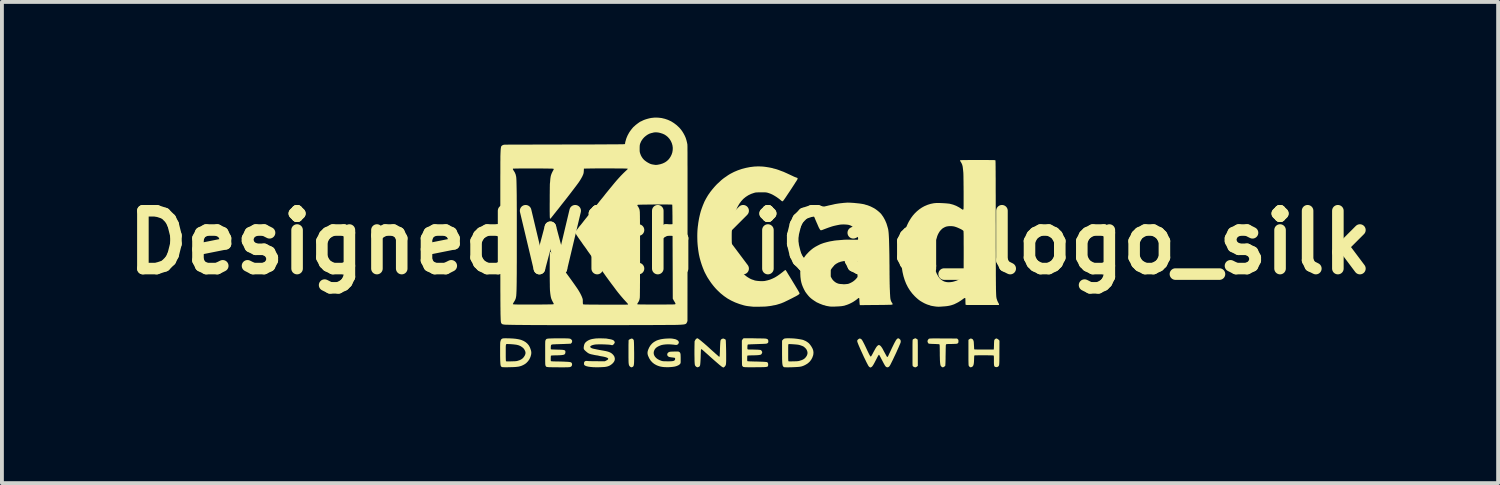
<source format=kicad_pcb>
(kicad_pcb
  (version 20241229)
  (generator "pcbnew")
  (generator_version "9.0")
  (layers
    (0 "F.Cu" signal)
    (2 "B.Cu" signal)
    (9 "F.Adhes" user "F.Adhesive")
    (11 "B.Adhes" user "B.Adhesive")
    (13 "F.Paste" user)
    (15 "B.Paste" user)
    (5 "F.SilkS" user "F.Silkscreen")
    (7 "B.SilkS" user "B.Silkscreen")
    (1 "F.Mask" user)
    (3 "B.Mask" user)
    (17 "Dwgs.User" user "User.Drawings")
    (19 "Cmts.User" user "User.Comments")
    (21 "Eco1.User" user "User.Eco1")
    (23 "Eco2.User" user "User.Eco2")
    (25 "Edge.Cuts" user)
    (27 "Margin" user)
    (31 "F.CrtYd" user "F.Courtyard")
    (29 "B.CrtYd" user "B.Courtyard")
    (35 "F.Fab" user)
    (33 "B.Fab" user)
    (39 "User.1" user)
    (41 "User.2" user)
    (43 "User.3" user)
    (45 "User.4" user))
  (footprint "DesignedWithKiCad_logo_silk"
    (layer "F.Cu")
    (at 16.407 3.239)
    (property "Reference" "DesignedWithKiCad_logo_silk" (at 0 0 0) (layer "F.SilkS") (effects (font (size 1.5 1.5) (thickness 0.3))))
    (attr board_only exclude_from_pos_files exclude_from_bom)
    (fp_poly (pts (xy -3.061 2.494) (xy -3.041 2.504) (xy -3.025 2.52) (xy -3.015 2.541) (xy -3.014 2.552) (xy -3.013 2.571) (xy -3.011 2.599) (xy -3.01 2.633) (xy -3.009 2.673) (xy -3.008 2.716) (xy -3.008 2.763) (xy -3.007 2.812) (xy -3.006 2.862) (xy -3.006 2.911) (xy -3.006 2.958) (xy -3.006 3.002) (xy -3.007 3.043) (xy -3.007 3.078) (xy -3.008 3.106) (xy -3.009 3.127) (xy -3.009 3.13) (xy -3.012 3.161) (xy -3.016 3.185) (xy -3.02 3.201) (xy -3.027 3.213) (xy -3.036 3.223) (xy -3.047 3.23) (xy -3.068 3.239) (xy -3.087 3.238) (xy -3.106 3.227) (xy -3.11 3.224) (xy -3.126 3.208) (xy -3.137 3.19) (xy -3.144 3.167) (xy -3.148 3.138) (xy -3.149 3.135) (xy -3.15 3.12) (xy -3.151 3.097) (xy -3.152 3.066) (xy -3.152 3.03) (xy -3.153 2.989) (xy -3.153 2.944) (xy -3.153 2.897) (xy -3.153 2.849) (xy -3.153 2.8) (xy -3.153 2.752) (xy -3.153 2.706) (xy -3.153 2.663) (xy -3.152 2.625) (xy -3.151 2.591) (xy -3.151 2.565) (xy -3.15 2.545) (xy -3.149 2.535) (xy -3.148 2.533) (xy -3.14 2.524) (xy -3.124 2.515) (xy -3.105 2.505) (xy -3.085 2.498) (xy -3.069 2.494)) (stroke (width 0) (type solid)) (fill yes) (layer "F.SilkS"))
    (fp_poly (pts (xy 4.301 2.49) (xy 4.313 2.497) (xy 4.324 2.504) (xy 4.331 2.507) (xy 4.331 2.507) (xy 4.338 2.511) (xy 4.344 2.517) (xy 4.346 2.519) (xy 4.348 2.523) (xy 4.349 2.53) (xy 4.35 2.539) (xy 4.351 2.553) (xy 4.351 2.571) (xy 4.352 2.594) (xy 4.352 2.623) (xy 4.353 2.659) (xy 4.353 2.703) (xy 4.353 2.754) (xy 4.353 2.815) (xy 4.353 2.864) (xy 4.353 3.203) (xy 4.341 3.213) (xy 4.324 3.226) (xy 4.305 3.236) (xy 4.288 3.24) (xy 4.285 3.24) (xy 4.273 3.238) (xy 4.258 3.232) (xy 4.254 3.231) (xy 4.239 3.222) (xy 4.227 3.214) (xy 4.225 3.212) (xy 4.223 3.21) (xy 4.221 3.208) (xy 4.22 3.203) (xy 4.218 3.197) (xy 4.217 3.188) (xy 4.216 3.176) (xy 4.216 3.158) (xy 4.215 3.136) (xy 4.215 3.108) (xy 4.215 3.073) (xy 4.215 3.031) (xy 4.215 2.981) (xy 4.215 2.922) (xy 4.215 2.866) (xy 4.215 2.796) (xy 4.215 2.735) (xy 4.215 2.683) (xy 4.215 2.64) (xy 4.216 2.604) (xy 4.216 2.576) (xy 4.217 2.554) (xy 4.218 2.538) (xy 4.219 2.528) (xy 4.22 2.522) (xy 4.221 2.521) (xy 4.23 2.513) (xy 4.246 2.504) (xy 4.264 2.495) (xy 4.28 2.489) (xy 4.289 2.487)) (stroke (width 0) (type solid)) (fill yes) (layer "F.SilkS"))
    (fp_poly (pts (xy 4.833 2.49) (xy 4.885 2.49) (xy 4.947 2.491) (xy 5.011 2.491) (xy 5.371 2.493) (xy 5.389 2.51) (xy 5.398 2.52) (xy 5.404 2.529) (xy 5.406 2.54) (xy 5.407 2.557) (xy 5.407 2.564) (xy 5.406 2.583) (xy 5.404 2.596) (xy 5.4 2.605) (xy 5.392 2.613) (xy 5.385 2.62) (xy 5.376 2.625) (xy 5.364 2.628) (xy 5.346 2.63) (xy 5.331 2.631) (xy 5.309 2.632) (xy 5.281 2.633) (xy 5.247 2.634) (xy 5.213 2.635) (xy 5.191 2.635) (xy 5.155 2.635) (xy 5.127 2.636) (xy 5.108 2.638) (xy 5.096 2.64) (xy 5.089 2.642) (xy 5.089 2.642) (xy 5.087 2.644) (xy 5.085 2.646) (xy 5.083 2.649) (xy 5.082 2.655) (xy 5.08 2.663) (xy 5.079 2.674) (xy 5.078 2.69) (xy 5.078 2.711) (xy 5.077 2.738) (xy 5.076 2.771) (xy 5.076 2.812) (xy 5.075 2.861) (xy 5.074 2.919) (xy 5.073 2.962) (xy 5.073 3.01) (xy 5.072 3.054) (xy 5.071 3.094) (xy 5.07 3.13) (xy 5.068 3.159) (xy 5.067 3.18) (xy 5.066 3.194) (xy 5.066 3.197) (xy 5.058 3.208) (xy 5.044 3.219) (xy 5.028 3.23) (xy 5.012 3.238) (xy 5.002 3.24) (xy 4.991 3.238) (xy 4.977 3.231) (xy 4.973 3.228) (xy 4.959 3.215) (xy 4.947 3.2) (xy 4.946 3.197) (xy 4.94 3.182) (xy 4.936 3.16) (xy 4.932 3.131) (xy 4.929 3.094) (xy 4.926 3.049) (xy 4.925 2.995) (xy 4.923 2.932) (xy 4.923 2.859) (xy 4.923 2.853) (xy 4.922 2.802) (xy 4.922 2.759) (xy 4.921 2.725) (xy 4.921 2.699) (xy 4.92 2.679) (xy 4.919 2.664) (xy 4.918 2.655) (xy 4.916 2.649) (xy 4.914 2.646) (xy 4.91 2.643) (xy 4.902 2.641) (xy 4.889 2.639) (xy 4.87 2.638) (xy 4.844 2.637) (xy 4.81 2.635) (xy 4.776 2.634) (xy 4.738 2.633) (xy 4.704 2.631) (xy 4.675 2.63) (xy 4.653 2.628) (xy 4.639 2.626) (xy 4.635 2.625) (xy 4.624 2.615) (xy 4.614 2.599) (xy 4.607 2.58) (xy 4.604 2.562) (xy 4.608 2.543) (xy 4.619 2.525) (xy 4.623 2.518) (xy 4.627 2.512) (xy 4.631 2.507) (xy 4.636 2.503) (xy 4.642 2.499) (xy 4.65 2.496) (xy 4.662 2.494) (xy 4.677 2.493) (xy 4.696 2.491) (xy 4.721 2.491) (xy 4.751 2.49) (xy 4.788 2.49)) (stroke (width 0) (type solid)) (fill yes) (layer "F.SilkS"))
    (fp_poly (pts (xy 6.405 2.495) (xy 6.423 2.505) (xy 6.442 2.518) (xy 6.455 2.53) (xy 6.471 2.549) (xy 6.469 2.86) (xy 6.469 2.927) (xy 6.469 2.984) (xy 6.468 3.032) (xy 6.468 3.073) (xy 6.467 3.106) (xy 6.466 3.134) (xy 6.464 3.155) (xy 6.463 3.172) (xy 6.46 3.185) (xy 6.457 3.195) (xy 6.453 3.203) (xy 6.449 3.209) (xy 6.444 3.214) (xy 6.437 3.219) (xy 6.434 3.222) (xy 6.415 3.232) (xy 6.391 3.235) (xy 6.367 3.231) (xy 6.357 3.227) (xy 6.348 3.222) (xy 6.341 3.215) (xy 6.336 3.206) (xy 6.332 3.193) (xy 6.33 3.176) (xy 6.328 3.152) (xy 6.327 3.12) (xy 6.327 3.081) (xy 6.327 3.061) (xy 6.327 3.023) (xy 6.327 2.993) (xy 6.326 2.971) (xy 6.325 2.955) (xy 6.324 2.945) (xy 6.323 2.939) (xy 6.32 2.935) (xy 6.317 2.933) (xy 6.317 2.933) (xy 6.31 2.932) (xy 6.294 2.931) (xy 6.27 2.93) (xy 6.24 2.929) (xy 6.205 2.929) (xy 6.165 2.928) (xy 6.123 2.928) (xy 6.079 2.928) (xy 6.035 2.928) (xy 5.992 2.928) (xy 5.951 2.928) (xy 5.914 2.928) (xy 5.881 2.929) (xy 5.854 2.929) (xy 5.834 2.93) (xy 5.823 2.931) (xy 5.821 2.932) (xy 5.818 2.938) (xy 5.816 2.952) (xy 5.814 2.976) (xy 5.813 3.009) (xy 5.812 3.04) (xy 5.81 3.089) (xy 5.807 3.128) (xy 5.802 3.16) (xy 5.795 3.184) (xy 5.786 3.203) (xy 5.775 3.217) (xy 5.76 3.228) (xy 5.749 3.233) (xy 5.73 3.239) (xy 5.714 3.238) (xy 5.699 3.229) (xy 5.694 3.225) (xy 5.681 3.21) (xy 5.672 3.194) (xy 5.671 3.19) (xy 5.67 3.181) (xy 5.669 3.161) (xy 5.668 3.133) (xy 5.667 3.095) (xy 5.666 3.049) (xy 5.666 2.994) (xy 5.666 2.932) (xy 5.666 2.863) (xy 5.666 2.85) (xy 5.666 2.529) (xy 5.677 2.519) (xy 5.69 2.51) (xy 5.705 2.501) (xy 5.707 2.5) (xy 5.721 2.494) (xy 5.732 2.493) (xy 5.745 2.497) (xy 5.767 2.506) (xy 5.782 2.519) (xy 5.793 2.54) (xy 5.794 2.542) (xy 5.797 2.551) (xy 5.8 2.561) (xy 5.803 2.574) (xy 5.805 2.591) (xy 5.806 2.614) (xy 5.808 2.644) (xy 5.81 2.682) (xy 5.812 2.712) (xy 5.813 2.735) (xy 5.814 2.755) (xy 5.816 2.769) (xy 5.817 2.774) (xy 5.823 2.775) (xy 5.838 2.776) (xy 5.861 2.777) (xy 5.892 2.778) (xy 5.93 2.778) (xy 5.973 2.779) (xy 6.021 2.779) (xy 6.071 2.779) (xy 6.322 2.779) (xy 6.324 2.767) (xy 6.325 2.759) (xy 6.326 2.742) (xy 6.327 2.718) (xy 6.328 2.689) (xy 6.329 2.657) (xy 6.329 2.65) (xy 6.33 2.611) (xy 6.332 2.581) (xy 6.333 2.559) (xy 6.335 2.544) (xy 6.338 2.533) (xy 6.34 2.528) (xy 6.351 2.513) (xy 6.366 2.501) (xy 6.382 2.493) (xy 6.39 2.492)) (stroke (width 0) (type solid)) (fill yes) (layer "F.SilkS"))
    (fp_poly (pts (xy -6.318 2.487) (xy -6.229 2.489) (xy -6.148 2.493) (xy -6.077 2.5) (xy -6.015 2.51) (xy -5.962 2.522) (xy -5.935 2.53) (xy -5.875 2.555) (xy -5.823 2.586) (xy -5.779 2.623) (xy -5.743 2.665) (xy -5.714 2.715) (xy -5.695 2.764) (xy -5.682 2.805) (xy -5.675 2.84) (xy -5.674 2.872) (xy -5.678 2.903) (xy -5.678 2.908) (xy -5.696 2.971) (xy -5.722 3.028) (xy -5.756 3.078) (xy -5.797 3.122) (xy -5.845 3.159) (xy -5.883 3.18) (xy -5.924 3.199) (xy -5.964 3.212) (xy -6.007 3.222) (xy -6.056 3.228) (xy -6.071 3.23) (xy -6.099 3.232) (xy -6.133 3.234) (xy -6.17 3.235) (xy -6.211 3.236) (xy -6.251 3.237) (xy -6.292 3.238) (xy -6.329 3.238) (xy -6.363 3.238) (xy -6.392 3.237) (xy -6.414 3.236) (xy -6.427 3.235) (xy -6.428 3.235) (xy -6.444 3.228) (xy -6.457 3.219) (xy -6.459 3.217) (xy -6.464 3.209) (xy -6.468 3.196) (xy -6.472 3.179) (xy -6.475 3.157) (xy -6.477 3.128) (xy -6.479 3.093) (xy -6.481 3.05) (xy -6.482 2.999) (xy -6.483 2.94) (xy -6.483 2.871) (xy -6.483 2.843) (xy -6.483 2.789) (xy -6.337 2.789) (xy -6.337 2.839) (xy -6.337 2.86) (xy -6.337 2.92) (xy -6.337 2.97) (xy -6.336 3.01) (xy -6.335 3.041) (xy -6.334 3.062) (xy -6.332 3.075) (xy -6.332 3.077) (xy -6.329 3.081) (xy -6.326 3.083) (xy -6.321 3.085) (xy -6.312 3.086) (xy -6.299 3.086) (xy -6.28 3.087) (xy -6.253 3.086) (xy -6.218 3.086) (xy -6.197 3.085) (xy -6.155 3.084) (xy -6.121 3.083) (xy -6.094 3.082) (xy -6.073 3.08) (xy -6.056 3.078) (xy -6.041 3.075) (xy -6.03 3.072) (xy -5.978 3.055) (xy -5.935 3.034) (xy -5.899 3.008) (xy -5.87 2.976) (xy -5.845 2.937) (xy -5.839 2.925) (xy -5.827 2.892) (xy -5.824 2.861) (xy -5.83 2.829) (xy -5.842 2.801) (xy -5.856 2.775) (xy -5.87 2.755) (xy -5.887 2.738) (xy -5.907 2.721) (xy -5.95 2.692) (xy -5.998 2.67) (xy -6.05 2.656) (xy -6.084 2.651) (xy -6.125 2.646) (xy -6.168 2.642) (xy -6.21 2.639) (xy -6.248 2.637) (xy -6.28 2.636) (xy -6.28 2.636) (xy -6.294 2.635) (xy -6.305 2.635) (xy -6.314 2.636) (xy -6.322 2.639) (xy -6.327 2.645) (xy -6.331 2.654) (xy -6.334 2.668) (xy -6.336 2.688) (xy -6.337 2.714) (xy -6.337 2.747) (xy -6.337 2.789) (xy -6.483 2.789) (xy -6.483 2.785) (xy -6.483 2.737) (xy -6.483 2.697) (xy -6.482 2.665) (xy -6.482 2.639) (xy -6.481 2.618) (xy -6.48 2.601) (xy -6.479 2.588) (xy -6.477 2.578) (xy -6.475 2.569) (xy -6.474 2.564) (xy -6.466 2.538) (xy -6.458 2.521) (xy -6.448 2.509) (xy -6.434 2.499) (xy -6.43 2.497) (xy -6.421 2.493) (xy -6.412 2.491) (xy -6.401 2.489) (xy -6.385 2.488) (xy -6.363 2.487) (xy -6.333 2.487)) (stroke (width 0) (type solid)) (fill yes) (layer "F.SilkS"))
    (fp_poly (pts (xy -1.358 2.488) (xy -1.35 2.493) (xy -1.335 2.503) (xy -1.314 2.519) (xy -1.288 2.539) (xy -1.259 2.563) (xy -1.227 2.59) (xy -1.193 2.618) (xy -1.159 2.648) (xy -1.125 2.677) (xy -1.092 2.707) (xy -1.064 2.732) (xy -1.052 2.743) (xy -1.034 2.76) (xy -1.011 2.781) (xy -0.984 2.805) (xy -0.955 2.831) (xy -0.925 2.857) (xy -0.896 2.884) (xy -0.868 2.908) (xy -0.843 2.93) (xy -0.823 2.948) (xy -0.821 2.95) (xy -0.808 2.961) (xy -0.8 2.965) (xy -0.794 2.964) (xy -0.792 2.963) (xy -0.79 2.958) (xy -0.788 2.947) (xy -0.786 2.929) (xy -0.785 2.903) (xy -0.783 2.87) (xy -0.781 2.827) (xy -0.78 2.779) (xy -0.778 2.722) (xy -0.776 2.675) (xy -0.774 2.636) (xy -0.772 2.605) (xy -0.77 2.58) (xy -0.768 2.561) (xy -0.765 2.546) (xy -0.762 2.536) (xy -0.758 2.528) (xy -0.754 2.522) (xy -0.749 2.517) (xy -0.733 2.506) (xy -0.715 2.498) (xy -0.714 2.497) (xy -0.702 2.494) (xy -0.691 2.494) (xy -0.678 2.498) (xy -0.666 2.503) (xy -0.65 2.511) (xy -0.638 2.519) (xy -0.632 2.523) (xy -0.631 2.53) (xy -0.629 2.545) (xy -0.627 2.57) (xy -0.626 2.605) (xy -0.624 2.649) (xy -0.623 2.702) (xy -0.622 2.728) (xy -0.62 2.817) (xy -0.619 2.897) (xy -0.619 2.966) (xy -0.619 3.026) (xy -0.619 3.075) (xy -0.621 3.114) (xy -0.623 3.144) (xy -0.625 3.164) (xy -0.625 3.165) (xy -0.636 3.195) (xy -0.654 3.22) (xy -0.677 3.238) (xy -0.677 3.238) (xy -0.686 3.243) (xy -0.692 3.244) (xy -0.699 3.243) (xy -0.71 3.237) (xy -0.715 3.234) (xy -0.727 3.227) (xy -0.744 3.215) (xy -0.766 3.197) (xy -0.794 3.175) (xy -0.827 3.146) (xy -0.867 3.112) (xy -0.913 3.072) (xy -0.965 3.026) (xy -1.024 2.974) (xy -1.09 2.914) (xy -1.164 2.849) (xy -1.192 2.823) (xy -1.211 2.807) (xy -1.228 2.792) (xy -1.241 2.781) (xy -1.247 2.777) (xy -1.255 2.772) (xy -1.262 2.769) (xy -1.266 2.77) (xy -1.27 2.775) (xy -1.273 2.785) (xy -1.275 2.802) (xy -1.276 2.826) (xy -1.277 2.858) (xy -1.278 2.899) (xy -1.279 2.908) (xy -1.28 2.95) (xy -1.281 2.993) (xy -1.283 3.034) (xy -1.285 3.073) (xy -1.287 3.105) (xy -1.288 3.119) (xy -1.291 3.153) (xy -1.294 3.178) (xy -1.299 3.197) (xy -1.305 3.21) (xy -1.314 3.219) (xy -1.327 3.227) (xy -1.338 3.232) (xy -1.358 3.239) (xy -1.375 3.237) (xy -1.394 3.226) (xy -1.402 3.22) (xy -1.411 3.211) (xy -1.419 3.202) (xy -1.425 3.192) (xy -1.429 3.18) (xy -1.433 3.164) (xy -1.435 3.143) (xy -1.437 3.116) (xy -1.439 3.082) (xy -1.44 3.04) (xy -1.44 3.007) (xy -1.441 2.958) (xy -1.442 2.904) (xy -1.442 2.847) (xy -1.442 2.791) (xy -1.441 2.74) (xy -1.441 2.71) (xy -1.438 2.566) (xy -1.423 2.536) (xy -1.408 2.512) (xy -1.39 2.496) (xy -1.372 2.488)) (stroke (width 0) (type solid)) (fill yes) (layer "F.SilkS"))
    (fp_poly (pts (xy 1.032 2.487) (xy 1.069 2.488) (xy 1.104 2.49) (xy 1.133 2.491) (xy 1.143 2.492) (xy 1.18 2.496) (xy 1.219 2.5) (xy 1.257 2.506) (xy 1.294 2.512) (xy 1.327 2.518) (xy 1.356 2.524) (xy 1.379 2.53) (xy 1.393 2.536) (xy 1.397 2.538) (xy 1.406 2.542) (xy 1.415 2.546) (xy 1.433 2.553) (xy 1.455 2.565) (xy 1.479 2.58) (xy 1.503 2.597) (xy 1.523 2.613) (xy 1.527 2.617) (xy 1.548 2.64) (xy 1.571 2.67) (xy 1.594 2.704) (xy 1.613 2.738) (xy 1.627 2.766) (xy 1.641 2.811) (xy 1.646 2.859) (xy 1.642 2.906) (xy 1.636 2.933) (xy 1.614 2.993) (xy 1.584 3.047) (xy 1.547 3.094) (xy 1.504 3.133) (xy 1.48 3.15) (xy 1.427 3.181) (xy 1.376 3.204) (xy 1.328 3.219) (xy 1.279 3.227) (xy 1.277 3.227) (xy 1.23 3.231) (xy 1.182 3.234) (xy 1.133 3.236) (xy 1.085 3.238) (xy 1.039 3.239) (xy 0.997 3.24) (xy 0.959 3.24) (xy 0.927 3.239) (xy 0.901 3.238) (xy 0.884 3.236) (xy 0.878 3.234) (xy 0.868 3.226) (xy 0.857 3.213) (xy 0.855 3.21) (xy 0.85 3.201) (xy 0.846 3.189) (xy 0.843 3.174) (xy 0.84 3.155) (xy 0.837 3.132) (xy 0.835 3.103) (xy 0.834 3.068) (xy 0.832 3.026) (xy 0.832 2.976) (xy 0.831 2.918) (xy 0.831 2.861) (xy 0.99 2.861) (xy 0.99 2.916) (xy 0.99 2.962) (xy 0.99 2.999) (xy 0.991 3.029) (xy 0.992 3.051) (xy 0.993 3.066) (xy 0.994 3.076) (xy 0.996 3.081) (xy 0.996 3.081) (xy 1 3.083) (xy 1.009 3.085) (xy 1.023 3.086) (xy 1.044 3.086) (xy 1.072 3.086) (xy 1.109 3.085) (xy 1.123 3.085) (xy 1.162 3.084) (xy 1.194 3.083) (xy 1.218 3.082) (xy 1.237 3.08) (xy 1.254 3.078) (xy 1.269 3.075) (xy 1.284 3.071) (xy 1.289 3.069) (xy 1.329 3.057) (xy 1.362 3.044) (xy 1.388 3.03) (xy 1.412 3.013) (xy 1.424 3.003) (xy 1.452 2.971) (xy 1.474 2.936) (xy 1.487 2.9) (xy 1.491 2.876) (xy 1.491 2.857) (xy 1.488 2.838) (xy 1.482 2.816) (xy 1.479 2.809) (xy 1.471 2.789) (xy 1.461 2.772) (xy 1.449 2.756) (xy 1.431 2.737) (xy 1.428 2.735) (xy 1.408 2.716) (xy 1.391 2.703) (xy 1.374 2.694) (xy 1.356 2.686) (xy 1.331 2.677) (xy 1.309 2.669) (xy 1.289 2.663) (xy 1.27 2.658) (xy 1.249 2.654) (xy 1.226 2.651) (xy 1.198 2.648) (xy 1.164 2.645) (xy 1.122 2.642) (xy 1.091 2.64) (xy 1.057 2.638) (xy 1.032 2.637) (xy 1.015 2.637) (xy 1.004 2.638) (xy 0.998 2.64) (xy 0.997 2.641) (xy 0.995 2.644) (xy 0.994 2.649) (xy 0.992 2.659) (xy 0.991 2.673) (xy 0.991 2.693) (xy 0.99 2.719) (xy 0.99 2.752) (xy 0.99 2.794) (xy 0.99 2.845) (xy 0.99 2.861) (xy 0.831 2.861) (xy 0.831 2.851) (xy 0.831 2.816) (xy 0.831 2.548) (xy 0.85 2.527) (xy 0.863 2.513) (xy 0.875 2.503) (xy 0.889 2.496) (xy 0.907 2.491) (xy 0.929 2.489) (xy 0.957 2.487) (xy 0.994 2.487) (xy 0.997 2.487)) (stroke (width 0) (type solid)) (fill yes) (layer "F.SilkS"))
    (fp_poly (pts (xy -2.063 2.492) (xy -2.028 2.494) (xy -2 2.498) (xy -1.994 2.499) (xy -1.976 2.503) (xy -1.96 2.506) (xy -1.952 2.507) (xy -1.939 2.51) (xy -1.921 2.517) (xy -1.902 2.526) (xy -1.884 2.536) (xy -1.872 2.545) (xy -1.858 2.561) (xy -1.849 2.579) (xy -1.846 2.594) (xy -1.848 2.604) (xy -1.854 2.619) (xy -1.857 2.625) (xy -1.869 2.642) (xy -1.886 2.652) (xy -1.889 2.654) (xy -1.899 2.657) (xy -1.908 2.659) (xy -1.919 2.659) (xy -1.935 2.658) (xy -1.956 2.656) (xy -1.982 2.652) (xy -2.049 2.646) (xy -2.115 2.643) (xy -2.178 2.645) (xy -2.237 2.651) (xy -2.288 2.66) (xy -2.301 2.664) (xy -2.332 2.675) (xy -2.365 2.689) (xy -2.396 2.705) (xy -2.423 2.723) (xy -2.443 2.739) (xy -2.448 2.744) (xy -2.475 2.78) (xy -2.492 2.818) (xy -2.499 2.856) (xy -2.497 2.895) (xy -2.484 2.932) (xy -2.463 2.967) (xy -2.433 2.999) (xy -2.395 3.028) (xy -2.35 3.052) (xy -2.299 3.071) (xy -2.297 3.072) (xy -2.284 3.076) (xy -2.271 3.078) (xy -2.258 3.081) (xy -2.241 3.082) (xy -2.22 3.083) (xy -2.194 3.083) (xy -2.159 3.084) (xy -2.138 3.084) (xy -2.092 3.084) (xy -2.056 3.083) (xy -2.027 3.081) (xy -2.004 3.078) (xy -1.986 3.074) (xy -1.972 3.069) (xy -1.961 3.061) (xy -1.954 3.055) (xy -1.947 3.044) (xy -1.943 3.028) (xy -1.943 3.011) (xy -1.947 2.999) (xy -1.95 2.995) (xy -1.957 2.993) (xy -1.972 2.99) (xy -1.993 2.987) (xy -2.015 2.984) (xy -2.041 2.981) (xy -2.067 2.977) (xy -2.088 2.973) (xy -2.098 2.971) (xy -2.122 2.958) (xy -2.139 2.941) (xy -2.147 2.921) (xy -2.148 2.899) (xy -2.141 2.878) (xy -2.126 2.859) (xy -2.103 2.845) (xy -2.094 2.841) (xy -2.084 2.838) (xy -2.072 2.836) (xy -2.056 2.834) (xy -2.034 2.833) (xy -2.006 2.832) (xy -1.968 2.831) (xy -1.968 2.831) (xy -1.931 2.831) (xy -1.903 2.83) (xy -1.883 2.83) (xy -1.868 2.831) (xy -1.858 2.832) (xy -1.85 2.834) (xy -1.844 2.837) (xy -1.838 2.84) (xy -1.827 2.848) (xy -1.818 2.856) (xy -1.812 2.866) (xy -1.807 2.88) (xy -1.803 2.897) (xy -1.801 2.921) (xy -1.8 2.952) (xy -1.799 2.991) (xy -1.799 3.008) (xy -1.799 3.046) (xy -1.799 3.075) (xy -1.799 3.097) (xy -1.8 3.113) (xy -1.801 3.124) (xy -1.803 3.132) (xy -1.806 3.139) (xy -1.809 3.144) (xy -1.828 3.166) (xy -1.857 3.186) (xy -1.895 3.203) (xy -1.925 3.213) (xy -1.961 3.222) (xy -2.004 3.228) (xy -2.052 3.233) (xy -2.104 3.236) (xy -2.155 3.237) (xy -2.204 3.235) (xy -2.215 3.235) (xy -2.269 3.23) (xy -2.315 3.222) (xy -2.358 3.211) (xy -2.4 3.196) (xy -2.434 3.181) (xy -2.488 3.15) (xy -2.537 3.11) (xy -2.579 3.063) (xy -2.614 3.008) (xy -2.643 2.945) (xy -2.651 2.922) (xy -2.658 2.89) (xy -2.659 2.857) (xy -2.654 2.821) (xy -2.641 2.781) (xy -2.621 2.736) (xy -2.613 2.719) (xy -2.58 2.667) (xy -2.54 2.622) (xy -2.493 2.584) (xy -2.44 2.554) (xy -2.429 2.548) (xy -2.408 2.54) (xy -2.39 2.533) (xy -2.378 2.529) (xy -2.374 2.528) (xy -2.366 2.526) (xy -2.352 2.522) (xy -2.344 2.52) (xy -2.315 2.512) (xy -2.278 2.506) (xy -2.237 2.5) (xy -2.193 2.496) (xy -2.147 2.493) (xy -2.104 2.492)) (stroke (width 0) (type solid)) (fill yes) (layer "F.SilkS"))
    (fp_poly (pts (xy -3.879 2.488) (xy -3.843 2.489) (xy -3.808 2.49) (xy -3.775 2.491) (xy -3.747 2.492) (xy -3.724 2.494) (xy -3.709 2.496) (xy -3.704 2.497) (xy -3.693 2.5) (xy -3.676 2.503) (xy -3.654 2.506) (xy -3.649 2.507) (xy -3.612 2.514) (xy -3.578 2.523) (xy -3.55 2.536) (xy -3.538 2.543) (xy -3.527 2.554) (xy -3.517 2.569) (xy -3.515 2.573) (xy -3.51 2.585) (xy -3.509 2.594) (xy -3.512 2.603) (xy -3.519 2.617) (xy -3.519 2.618) (xy -3.533 2.638) (xy -3.55 2.654) (xy -3.567 2.664) (xy -3.577 2.666) (xy -3.59 2.664) (xy -3.602 2.661) (xy -3.619 2.657) (xy -3.644 2.654) (xy -3.676 2.651) (xy -3.713 2.649) (xy -3.755 2.647) (xy -3.799 2.645) (xy -3.844 2.644) (xy -3.888 2.644) (xy -3.929 2.644) (xy -3.967 2.645) (xy -3.999 2.647) (xy -4.02 2.649) (xy -4.057 2.656) (xy -4.09 2.665) (xy -4.116 2.676) (xy -4.135 2.688) (xy -4.139 2.693) (xy -4.146 2.703) (xy -4.146 2.71) (xy -4.141 2.72) (xy -4.127 2.733) (xy -4.104 2.745) (xy -4.074 2.755) (xy -4.048 2.761) (xy -4.022 2.766) (xy -3.994 2.772) (xy -3.976 2.776) (xy -3.909 2.789) (xy -3.847 2.8) (xy -3.807 2.807) (xy -3.753 2.817) (xy -3.708 2.827) (xy -3.671 2.838) (xy -3.638 2.851) (xy -3.61 2.865) (xy -3.602 2.87) (xy -3.576 2.89) (xy -3.552 2.914) (xy -3.532 2.94) (xy -3.518 2.966) (xy -3.518 2.966) (xy -3.508 3.004) (xy -3.508 3.039) (xy -3.517 3.073) (xy -3.537 3.107) (xy -3.566 3.14) (xy -3.594 3.164) (xy -3.624 3.185) (xy -3.653 3.201) (xy -3.684 3.213) (xy -3.721 3.223) (xy -3.751 3.228) (xy -3.773 3.231) (xy -3.804 3.233) (xy -3.841 3.235) (xy -3.882 3.237) (xy -3.925 3.238) (xy -3.968 3.238) (xy -4.01 3.238) (xy -4.047 3.237) (xy -4.078 3.236) (xy -4.081 3.235) (xy -4.141 3.23) (xy -4.191 3.223) (xy -4.231 3.214) (xy -4.262 3.204) (xy -4.285 3.191) (xy -4.293 3.185) (xy -4.301 3.176) (xy -4.305 3.165) (xy -4.307 3.15) (xy -4.307 3.143) (xy -4.305 3.117) (xy -4.298 3.099) (xy -4.285 3.086) (xy -4.276 3.08) (xy -4.266 3.077) (xy -4.256 3.074) (xy -4.242 3.074) (xy -4.223 3.075) (xy -4.204 3.077) (xy -4.187 3.078) (xy -4.16 3.079) (xy -4.127 3.08) (xy -4.088 3.081) (xy -4.045 3.082) (xy -3.999 3.082) (xy -3.958 3.082) (xy -3.766 3.083) (xy -3.732 3.066) (xy -3.705 3.051) (xy -3.687 3.037) (xy -3.679 3.024) (xy -3.68 3.012) (xy -3.691 3) (xy -3.712 2.989) (xy -3.743 2.978) (xy -3.784 2.967) (xy -3.835 2.957) (xy -3.848 2.955) (xy -3.873 2.951) (xy -3.898 2.946) (xy -3.918 2.941) (xy -3.922 2.94) (xy -3.944 2.935) (xy -3.967 2.931) (xy -3.976 2.93) (xy -4.001 2.926) (xy -4.031 2.921) (xy -4.063 2.914) (xy -4.095 2.907) (xy -4.124 2.901) (xy -4.147 2.894) (xy -4.157 2.891) (xy -4.176 2.883) (xy -4.192 2.875) (xy -4.207 2.866) (xy -4.224 2.853) (xy -4.245 2.836) (xy -4.262 2.822) (xy -4.284 2.801) (xy -4.3 2.784) (xy -4.309 2.769) (xy -4.314 2.752) (xy -4.315 2.732) (xy -4.312 2.705) (xy -4.312 2.703) (xy -4.304 2.66) (xy -4.29 2.624) (xy -4.271 2.597) (xy -4.269 2.595) (xy -4.236 2.566) (xy -4.198 2.542) (xy -4.154 2.522) (xy -4.103 2.507) (xy -4.043 2.497) (xy -3.997 2.491) (xy -3.975 2.49) (xy -3.947 2.489) (xy -3.915 2.488)) (stroke (width 0) (type solid)) (fill yes) (layer "F.SilkS"))
    (fp_poly (pts (xy -0.064 2.486) (xy -0.023 2.486) (xy 0.027 2.487) (xy 0.087 2.487) (xy 0.108 2.488) (xy 0.17 2.489) (xy 0.223 2.489) (xy 0.268 2.49) (xy 0.304 2.491) (xy 0.334 2.492) (xy 0.358 2.492) (xy 0.378 2.493) (xy 0.392 2.494) (xy 0.404 2.495) (xy 0.413 2.496) (xy 0.421 2.498) (xy 0.427 2.5) (xy 0.434 2.502) (xy 0.435 2.502) (xy 0.453 2.51) (xy 0.465 2.522) (xy 0.472 2.539) (xy 0.474 2.555) (xy 0.475 2.58) (xy 0.469 2.6) (xy 0.454 2.614) (xy 0.444 2.619) (xy 0.438 2.622) (xy 0.432 2.624) (xy 0.423 2.626) (xy 0.411 2.627) (xy 0.395 2.629) (xy 0.374 2.63) (xy 0.347 2.631) (xy 0.314 2.633) (xy 0.272 2.634) (xy 0.222 2.636) (xy 0.19 2.637) (xy 0.142 2.639) (xy 0.096 2.64) (xy 0.055 2.642) (xy 0.019 2.643) (xy -0.011 2.645) (xy -0.034 2.646) (xy -0.048 2.647) (xy -0.053 2.648) (xy -0.058 2.651) (xy -0.062 2.657) (xy -0.064 2.667) (xy -0.066 2.683) (xy -0.068 2.707) (xy -0.068 2.719) (xy -0.069 2.742) (xy -0.068 2.758) (xy -0.066 2.767) (xy -0.063 2.771) (xy -0.058 2.775) (xy -0.048 2.777) (xy -0.032 2.778) (xy -0.009 2.779) (xy 0.017 2.779) (xy 0.071 2.779) (xy 0.121 2.78) (xy 0.166 2.782) (xy 0.205 2.783) (xy 0.237 2.786) (xy 0.261 2.788) (xy 0.277 2.791) (xy 0.281 2.793) (xy 0.294 2.804) (xy 0.306 2.822) (xy 0.315 2.84) (xy 0.316 2.844) (xy 0.315 2.858) (xy 0.309 2.875) (xy 0.3 2.892) (xy 0.289 2.905) (xy 0.283 2.909) (xy 0.267 2.915) (xy 0.245 2.919) (xy 0.215 2.923) (xy 0.177 2.926) (xy 0.13 2.928) (xy 0.074 2.929) (xy 0.065 2.929) (xy 0.029 2.93) (xy -0.003 2.931) (xy -0.03 2.932) (xy -0.051 2.934) (xy -0.063 2.935) (xy -0.067 2.936) (xy -0.07 2.944) (xy -0.072 2.959) (xy -0.073 2.979) (xy -0.073 3.003) (xy -0.074 3.027) (xy -0.073 3.049) (xy -0.072 3.066) (xy -0.07 3.077) (xy -0.069 3.079) (xy -0.063 3.081) (xy -0.05 3.083) (xy -0.029 3.084) (xy 0.001 3.086) (xy 0.039 3.087) (xy 0.087 3.088) (xy 0.101 3.089) (xy 0.171 3.09) (xy 0.231 3.092) (xy 0.282 3.094) (xy 0.326 3.095) (xy 0.361 3.097) (xy 0.39 3.099) (xy 0.412 3.101) (xy 0.428 3.103) (xy 0.44 3.105) (xy 0.447 3.108) (xy 0.448 3.109) (xy 0.461 3.123) (xy 0.469 3.144) (xy 0.471 3.17) (xy 0.47 3.18) (xy 0.469 3.192) (xy 0.467 3.201) (xy 0.464 3.21) (xy 0.459 3.216) (xy 0.451 3.222) (xy 0.44 3.226) (xy 0.424 3.229) (xy 0.403 3.232) (xy 0.376 3.234) (xy 0.342 3.235) (xy 0.3 3.236) (xy 0.251 3.236) (xy 0.191 3.237) (xy 0.174 3.237) (xy 0.122 3.238) (xy 0.072 3.238) (xy 0.025 3.238) (xy -0.018 3.238) (xy -0.056 3.238) (xy -0.087 3.237) (xy -0.111 3.237) (xy -0.124 3.236) (xy -0.148 3.234) (xy -0.163 3.232) (xy -0.174 3.229) (xy -0.182 3.224) (xy -0.189 3.218) (xy -0.203 3.198) (xy -0.207 3.182) (xy -0.207 3.173) (xy -0.208 3.155) (xy -0.209 3.129) (xy -0.209 3.095) (xy -0.21 3.055) (xy -0.21 3.009) (xy -0.211 2.959) (xy -0.211 2.905) (xy -0.211 2.853) (xy -0.212 2.546) (xy -0.198 2.521) (xy -0.188 2.506) (xy -0.177 2.494) (xy -0.172 2.49) (xy -0.168 2.489) (xy -0.159 2.487) (xy -0.144 2.487) (xy -0.124 2.486) (xy -0.098 2.486)) (stroke (width 0) (type solid)) (fill yes) (layer "F.SilkS"))
    (fp_poly (pts (xy -4.91 2.488) (xy -4.879 2.488) (xy -4.826 2.488) (xy -4.782 2.489) (xy -4.746 2.49) (xy -4.718 2.491) (xy -4.695 2.493) (xy -4.678 2.496) (xy -4.665 2.499) (xy -4.654 2.504) (xy -4.645 2.51) (xy -4.637 2.517) (xy -4.629 2.526) (xy -4.629 2.526) (xy -4.62 2.539) (xy -4.615 2.55) (xy -4.615 2.564) (xy -4.616 2.57) (xy -4.619 2.59) (xy -4.628 2.604) (xy -4.634 2.611) (xy -4.65 2.627) (xy -4.741 2.631) (xy -4.771 2.632) (xy -4.809 2.634) (xy -4.853 2.635) (xy -4.899 2.637) (xy -4.945 2.638) (xy -4.985 2.64) (xy -5.032 2.641) (xy -5.069 2.643) (xy -5.099 2.644) (xy -5.121 2.646) (xy -5.138 2.649) (xy -5.149 2.653) (xy -5.157 2.658) (xy -5.161 2.664) (xy -5.164 2.671) (xy -5.165 2.68) (xy -5.168 2.703) (xy -5.169 2.727) (xy -5.169 2.748) (xy -5.168 2.764) (xy -5.165 2.773) (xy -5.164 2.773) (xy -5.157 2.774) (xy -5.142 2.776) (xy -5.119 2.777) (xy -5.089 2.778) (xy -5.055 2.779) (xy -5.016 2.781) (xy -5 2.781) (xy -4.948 2.782) (xy -4.905 2.784) (xy -4.871 2.786) (xy -4.844 2.789) (xy -4.823 2.793) (xy -4.809 2.799) (xy -4.799 2.806) (xy -4.793 2.815) (xy -4.79 2.826) (xy -4.789 2.84) (xy -4.789 2.845) (xy -4.792 2.872) (xy -4.802 2.894) (xy -4.817 2.907) (xy -4.821 2.909) (xy -4.838 2.915) (xy -4.861 2.919) (xy -4.891 2.923) (xy -4.929 2.926) (xy -4.975 2.928) (xy -5.03 2.929) (xy -5.037 2.929) (xy -5.076 2.93) (xy -5.11 2.931) (xy -5.136 2.933) (xy -5.154 2.935) (xy -5.163 2.936) (xy -5.164 2.937) (xy -5.166 2.944) (xy -5.168 2.958) (xy -5.169 2.979) (xy -5.17 3.002) (xy -5.17 3.025) (xy -5.17 3.047) (xy -5.169 3.065) (xy -5.168 3.076) (xy -5.167 3.077) (xy -5.165 3.079) (xy -5.161 3.081) (xy -5.153 3.082) (xy -5.14 3.084) (xy -5.122 3.085) (xy -5.097 3.086) (xy -5.065 3.087) (xy -5.024 3.088) (xy -4.988 3.088) (xy -4.91 3.09) (xy -4.842 3.092) (xy -4.784 3.095) (xy -4.737 3.097) (xy -4.699 3.1) (xy -4.671 3.104) (xy -4.655 3.107) (xy -4.634 3.118) (xy -4.622 3.135) (xy -4.616 3.158) (xy -4.617 3.174) (xy -4.623 3.198) (xy -4.635 3.215) (xy -4.653 3.227) (xy -4.672 3.233) (xy -4.681 3.235) (xy -4.692 3.236) (xy -4.707 3.237) (xy -4.726 3.238) (xy -4.75 3.239) (xy -4.781 3.239) (xy -4.818 3.24) (xy -4.864 3.24) (xy -4.919 3.24) (xy -4.944 3.24) (xy -4.995 3.239) (xy -5.044 3.239) (xy -5.09 3.239) (xy -5.131 3.238) (xy -5.168 3.237) (xy -5.197 3.237) (xy -5.219 3.236) (xy -5.23 3.235) (xy -5.251 3.233) (xy -5.27 3.23) (xy -5.282 3.227) (xy -5.284 3.226) (xy -5.293 3.218) (xy -5.301 3.204) (xy -5.305 3.196) (xy -5.307 3.19) (xy -5.309 3.183) (xy -5.31 3.175) (xy -5.311 3.165) (xy -5.312 3.151) (xy -5.313 3.133) (xy -5.313 3.11) (xy -5.314 3.081) (xy -5.314 3.045) (xy -5.314 3.002) (xy -5.314 2.951) (xy -5.314 2.891) (xy -5.314 2.864) (xy -5.314 2.8) (xy -5.314 2.745) (xy -5.314 2.699) (xy -5.314 2.661) (xy -5.314 2.63) (xy -5.313 2.605) (xy -5.313 2.586) (xy -5.312 2.571) (xy -5.311 2.56) (xy -5.309 2.551) (xy -5.308 2.545) (xy -5.306 2.54) (xy -5.304 2.536) (xy -5.297 2.523) (xy -5.29 2.513) (xy -5.281 2.506) (xy -5.269 2.5) (xy -5.252 2.497) (xy -5.229 2.494) (xy -5.198 2.492) (xy -5.167 2.491) (xy -5.138 2.49) (xy -5.1 2.489) (xy -5.057 2.488) (xy -5.009 2.488) (xy -4.959 2.488)) (stroke (width 0) (type solid)) (fill yes) (layer "F.SilkS"))
    (fp_poly (pts (xy 3.857 2.491) (xy 3.873 2.5) (xy 3.888 2.514) (xy 3.901 2.528) (xy 3.905 2.537) (xy 3.91 2.562) (xy 3.908 2.591) (xy 3.897 2.621) (xy 3.897 2.622) (xy 3.891 2.636) (xy 3.882 2.656) (xy 3.872 2.679) (xy 3.866 2.694) (xy 3.854 2.722) (xy 3.841 2.751) (xy 3.829 2.778) (xy 3.824 2.788) (xy 3.815 2.807) (xy 3.809 2.822) (xy 3.805 2.832) (xy 3.804 2.833) (xy 3.802 2.839) (xy 3.796 2.851) (xy 3.788 2.87) (xy 3.777 2.892) (xy 3.774 2.898) (xy 3.762 2.925) (xy 3.749 2.951) (xy 3.738 2.974) (xy 3.73 2.991) (xy 3.73 2.992) (xy 3.718 3.017) (xy 3.704 3.047) (xy 3.688 3.079) (xy 3.672 3.111) (xy 3.657 3.141) (xy 3.644 3.167) (xy 3.633 3.186) (xy 3.631 3.191) (xy 3.612 3.217) (xy 3.592 3.233) (xy 3.57 3.24) (xy 3.547 3.237) (xy 3.535 3.231) (xy 3.528 3.226) (xy 3.522 3.221) (xy 3.515 3.214) (xy 3.508 3.205) (xy 3.5 3.193) (xy 3.49 3.176) (xy 3.478 3.155) (xy 3.463 3.128) (xy 3.446 3.095) (xy 3.425 3.055) (xy 3.399 3.006) (xy 3.388 2.984) (xy 3.376 2.961) (xy 3.365 2.942) (xy 3.357 2.927) (xy 3.352 2.919) (xy 3.351 2.919) (xy 3.348 2.916) (xy 3.345 2.914) (xy 3.342 2.915) (xy 3.338 2.919) (xy 3.332 2.927) (xy 3.324 2.939) (xy 3.314 2.957) (xy 3.301 2.981) (xy 3.285 3.013) (xy 3.265 3.052) (xy 3.252 3.076) (xy 3.23 3.119) (xy 3.211 3.153) (xy 3.195 3.18) (xy 3.181 3.201) (xy 3.169 3.217) (xy 3.157 3.228) (xy 3.146 3.235) (xy 3.139 3.238) (xy 3.128 3.243) (xy 3.121 3.245) (xy 3.114 3.242) (xy 3.104 3.236) (xy 3.091 3.226) (xy 3.078 3.212) (xy 3.076 3.209) (xy 3.069 3.199) (xy 3.059 3.18) (xy 3.046 3.156) (xy 3.03 3.126) (xy 3.013 3.092) (xy 2.996 3.056) (xy 2.978 3.019) (xy 2.96 2.983) (xy 2.944 2.949) (xy 2.938 2.935) (xy 2.925 2.907) (xy 2.912 2.878) (xy 2.9 2.852) (xy 2.891 2.833) (xy 2.874 2.794) (xy 2.856 2.755) (xy 2.839 2.716) (xy 2.823 2.679) (xy 2.809 2.645) (xy 2.798 2.616) (xy 2.789 2.593) (xy 2.784 2.577) (xy 2.784 2.575) (xy 2.781 2.558) (xy 2.781 2.547) (xy 2.785 2.538) (xy 2.789 2.531) (xy 2.801 2.518) (xy 2.817 2.506) (xy 2.823 2.502) (xy 2.837 2.495) (xy 2.847 2.493) (xy 2.858 2.495) (xy 2.868 2.499) (xy 2.883 2.507) (xy 2.896 2.519) (xy 2.908 2.535) (xy 2.917 2.55) (xy 2.929 2.572) (xy 2.944 2.6) (xy 2.961 2.633) (xy 2.979 2.669) (xy 2.997 2.707) (xy 3.015 2.745) (xy 3.032 2.781) (xy 3.033 2.784) (xy 3.058 2.836) (xy 3.079 2.879) (xy 3.096 2.913) (xy 3.111 2.939) (xy 3.122 2.954) (xy 3.129 2.961) (xy 3.13 2.961) (xy 3.135 2.959) (xy 3.141 2.954) (xy 3.148 2.944) (xy 3.158 2.929) (xy 3.17 2.907) (xy 3.186 2.878) (xy 3.201 2.848) (xy 3.227 2.801) (xy 3.248 2.762) (xy 3.267 2.731) (xy 3.283 2.707) (xy 3.298 2.69) (xy 3.306 2.681) (xy 3.321 2.671) (xy 3.333 2.663) (xy 3.34 2.661) (xy 3.36 2.666) (xy 3.382 2.681) (xy 3.405 2.707) (xy 3.429 2.742) (xy 3.446 2.771) (xy 3.467 2.813) (xy 3.487 2.849) (xy 3.503 2.879) (xy 3.516 2.902) (xy 3.52 2.91) (xy 3.53 2.927) (xy 3.539 2.945) (xy 3.541 2.948) (xy 3.548 2.96) (xy 3.554 2.969) (xy 3.555 2.97) (xy 3.564 2.97) (xy 3.574 2.963) (xy 3.583 2.95) (xy 3.584 2.947) (xy 3.589 2.936) (xy 3.597 2.919) (xy 3.607 2.896) (xy 3.619 2.871) (xy 3.623 2.864) (xy 3.636 2.836) (xy 3.649 2.808) (xy 3.661 2.783) (xy 3.67 2.763) (xy 3.671 2.761) (xy 3.686 2.729) (xy 3.703 2.695) (xy 3.72 2.66) (xy 3.737 2.626) (xy 3.753 2.595) (xy 3.768 2.569) (xy 3.779 2.548) (xy 3.786 2.536) (xy 3.803 2.514) (xy 3.82 2.498) (xy 3.836 2.488) (xy 3.844 2.487)) (stroke (width 0) (type solid)) (fill yes) (layer "F.SilkS"))
    (fp_poly (pts (xy 0.318 -1.969) (xy 0.349 -1.966) (xy 0.379 -1.963) (xy 0.413 -1.958) (xy 0.448 -1.953) (xy 0.483 -1.947) (xy 0.517 -1.941) (xy 0.546 -1.935) (xy 0.57 -1.93) (xy 0.587 -1.926) (xy 0.594 -1.923) (xy 0.604 -1.92) (xy 0.619 -1.916) (xy 0.623 -1.915) (xy 0.64 -1.911) (xy 0.663 -1.905) (xy 0.691 -1.897) (xy 0.72 -1.887) (xy 0.747 -1.878) (xy 0.764 -1.871) (xy 0.822 -1.849) (xy 0.866 -1.833) (xy 0.881 -1.827) (xy 0.892 -1.822) (xy 0.895 -1.821) (xy 0.902 -1.816) (xy 0.916 -1.811) (xy 0.92 -1.809) (xy 0.933 -1.803) (xy 0.952 -1.795) (xy 0.975 -1.784) (xy 1 -1.772) (xy 1.002 -1.772) (xy 1.035 -1.756) (xy 1.061 -1.744) (xy 1.08 -1.735) (xy 1.096 -1.728) (xy 1.108 -1.722) (xy 1.12 -1.716) (xy 1.133 -1.71) (xy 1.146 -1.704) (xy 1.168 -1.695) (xy 1.19 -1.687) (xy 1.207 -1.681) (xy 1.21 -1.68) (xy 1.225 -1.675) (xy 1.233 -1.667) (xy 1.235 -1.656) (xy 1.231 -1.64) (xy 1.219 -1.619) (xy 1.206 -1.597) (xy 1.191 -1.574) (xy 1.172 -1.546) (xy 1.154 -1.516) (xy 1.138 -1.492) (xy 1.125 -1.472) (xy 1.108 -1.446) (xy 1.087 -1.413) (xy 1.063 -1.377) (xy 1.037 -1.337) (xy 1.01 -1.297) (xy 0.983 -1.257) (xy 0.957 -1.218) (xy 0.934 -1.183) (xy 0.913 -1.152) (xy 0.908 -1.145) (xy 0.887 -1.115) (xy 0.871 -1.093) (xy 0.858 -1.078) (xy 0.849 -1.07) (xy 0.841 -1.067) (xy 0.84 -1.066) (xy 0.83 -1.07) (xy 0.817 -1.078) (xy 0.805 -1.088) (xy 0.789 -1.102) (xy 0.768 -1.119) (xy 0.748 -1.135) (xy 0.746 -1.136) (xy 0.689 -1.177) (xy 0.636 -1.21) (xy 0.587 -1.238) (xy 0.54 -1.26) (xy 0.494 -1.277) (xy 0.469 -1.285) (xy 0.453 -1.29) (xy 0.439 -1.293) (xy 0.426 -1.296) (xy 0.412 -1.297) (xy 0.395 -1.299) (xy 0.374 -1.299) (xy 0.347 -1.299) (xy 0.312 -1.299) (xy 0.287 -1.299) (xy 0.247 -1.299) (xy 0.215 -1.299) (xy 0.19 -1.298) (xy 0.17 -1.297) (xy 0.154 -1.296) (xy 0.14 -1.294) (xy 0.127 -1.291) (xy 0.112 -1.287) (xy 0.108 -1.286) (xy 0.029 -1.259) (xy -0.044 -1.224) (xy -0.112 -1.18) (xy -0.174 -1.129) (xy -0.23 -1.068) (xy -0.28 -0.999) (xy -0.324 -0.922) (xy -0.363 -0.836) (xy -0.391 -0.759) (xy -0.406 -0.712) (xy -0.418 -0.671) (xy -0.428 -0.633) (xy -0.437 -0.594) (xy -0.445 -0.554) (xy -0.453 -0.509) (xy -0.461 -0.456) (xy -0.462 -0.454) (xy -0.465 -0.427) (xy -0.468 -0.391) (xy -0.47 -0.349) (xy -0.472 -0.301) (xy -0.474 -0.25) (xy -0.475 -0.197) (xy -0.475 -0.143) (xy -0.475 -0.092) (xy -0.474 -0.051) (xy -0.473 0.003) (xy -0.471 0.049) (xy -0.469 0.09) (xy -0.465 0.128) (xy -0.461 0.166) (xy -0.455 0.207) (xy -0.449 0.246) (xy -0.442 0.287) (xy -0.431 0.333) (xy -0.418 0.382) (xy -0.403 0.431) (xy -0.387 0.478) (xy -0.371 0.521) (xy -0.355 0.558) (xy -0.341 0.584) (xy -0.332 0.601) (xy -0.324 0.618) (xy -0.321 0.623) (xy -0.316 0.633) (xy -0.306 0.649) (xy -0.292 0.669) (xy -0.277 0.691) (xy -0.277 0.692) (xy -0.248 0.73) (xy -0.213 0.769) (xy -0.176 0.808) (xy -0.137 0.845) (xy -0.1 0.875) (xy -0.079 0.891) (xy -0.049 0.91) (xy -0.019 0.928) (xy 0.01 0.944) (xy 0.037 0.956) (xy 0.058 0.965) (xy 0.068 0.967) (xy 0.085 0.972) (xy 0.099 0.978) (xy 0.118 0.985) (xy 0.145 0.991) (xy 0.178 0.996) (xy 0.215 1) (xy 0.254 1.003) (xy 0.293 1.004) (xy 0.329 1.004) (xy 0.362 1.002) (xy 0.382 1) (xy 0.45 0.985) (xy 0.516 0.966) (xy 0.58 0.94) (xy 0.644 0.909) (xy 0.708 0.87) (xy 0.775 0.823) (xy 0.845 0.769) (xy 0.873 0.746) (xy 0.891 0.732) (xy 0.906 0.721) (xy 0.916 0.715) (xy 0.92 0.714) (xy 0.925 0.72) (xy 0.934 0.732) (xy 0.946 0.749) (xy 0.959 0.77) (xy 0.96 0.772) (xy 0.978 0.803) (xy 1.001 0.841) (xy 1.027 0.883) (xy 1.055 0.929) (xy 1.084 0.976) (xy 1.112 1.023) (xy 1.139 1.067) (xy 1.162 1.105) (xy 1.181 1.137) (xy 1.203 1.173) (xy 1.224 1.208) (xy 1.243 1.24) (xy 1.249 1.251) (xy 1.264 1.277) (xy 1.274 1.296) (xy 1.281 1.309) (xy 1.284 1.318) (xy 1.284 1.325) (xy 1.283 1.33) (xy 1.281 1.333) (xy 1.276 1.34) (xy 1.267 1.348) (xy 1.253 1.358) (xy 1.235 1.37) (xy 1.211 1.384) (xy 1.18 1.401) (xy 1.142 1.42) (xy 1.097 1.444) (xy 1.043 1.471) (xy 1.041 1.472) (xy 0.987 1.499) (xy 0.941 1.521) (xy 0.904 1.539) (xy 0.876 1.552) (xy 0.855 1.561) (xy 0.842 1.566) (xy 0.841 1.566) (xy 0.829 1.571) (xy 0.823 1.574) (xy 0.816 1.577) (xy 0.802 1.582) (xy 0.783 1.588) (xy 0.772 1.592) (xy 0.747 1.599) (xy 0.721 1.607) (xy 0.7 1.614) (xy 0.695 1.615) (xy 0.673 1.621) (xy 0.65 1.626) (xy 0.638 1.628) (xy 0.618 1.631) (xy 0.594 1.636) (xy 0.584 1.638) (xy 0.566 1.642) (xy 0.542 1.646) (xy 0.516 1.65) (xy 0.51 1.651) (xy 0.482 1.654) (xy 0.451 1.658) (xy 0.423 1.661) (xy 0.42 1.661) (xy 0.404 1.663) (xy 0.38 1.664) (xy 0.349 1.665) (xy 0.313 1.666) (xy 0.275 1.667) (xy 0.235 1.668) (xy 0.196 1.668) (xy 0.16 1.669) (xy 0.128 1.669) (xy 0.102 1.668) (xy 0.087 1.668) (xy 0.065 1.666) (xy 0.036 1.663) (xy 0.001 1.659) (xy -0.037 1.655) (xy -0.066 1.651) (xy -0.093 1.647) (xy -0.123 1.641) (xy -0.152 1.634) (xy -0.157 1.633) (xy -0.274 1.598) (xy -0.384 1.557) (xy -0.487 1.509) (xy -0.585 1.454) (xy -0.677 1.39) (xy -0.766 1.318) (xy -0.851 1.237) (xy -0.882 1.205) (xy -0.926 1.155) (xy -0.968 1.104) (xy -1.009 1.05) (xy -1.05 0.99) (xy -1.094 0.923) (xy -1.102 0.91) (xy -1.114 0.89) (xy -1.128 0.864) (xy -1.143 0.836) (xy -1.159 0.806) (xy -1.173 0.779) (xy -1.184 0.755) (xy -1.192 0.737) (xy -1.193 0.736) (xy -1.197 0.725) (xy -1.204 0.707) (xy -1.213 0.685) (xy -1.223 0.661) (xy -1.253 0.579) (xy -1.281 0.491) (xy -1.306 0.4) (xy -1.326 0.31) (xy -1.34 0.223) (xy -1.343 0.2) (xy -1.347 0.173) (xy -1.35 0.142) (xy -1.354 0.116) (xy -1.354 0.115) (xy -1.36 0.051) (xy -1.365 -0.018) (xy -1.367 -0.091) (xy -1.368 -0.165) (xy -1.367 -0.237) (xy -1.364 -0.306) (xy -1.359 -0.369) (xy -1.354 -0.415) (xy -1.351 -0.437) (xy -1.347 -0.463) (xy -1.344 -0.49) (xy -1.344 -0.495) (xy -1.338 -0.531) (xy -1.331 -0.573) (xy -1.323 -0.618) (xy -1.314 -0.661) (xy -1.309 -0.682) (xy -1.304 -0.705) (xy -1.298 -0.729) (xy -1.295 -0.743) (xy -1.277 -0.809) (xy -1.253 -0.881) (xy -1.224 -0.959) (xy -1.19 -1.04) (xy -1.176 -1.072) (xy -1.169 -1.084) (xy -1.159 -1.103) (xy -1.147 -1.126) (xy -1.133 -1.151) (xy -1.118 -1.176) (xy -1.104 -1.2) (xy -1.092 -1.22) (xy -1.083 -1.235) (xy -1.077 -1.242) (xy -1.077 -1.243) (xy -1.071 -1.251) (xy -1.06 -1.266) (xy -1.048 -1.283) (xy -1.046 -1.287) (xy -1.029 -1.311) (xy -1.007 -1.339) (xy -0.982 -1.371) (xy -0.954 -1.404) (xy -0.926 -1.437) (xy -0.898 -1.468) (xy -0.871 -1.497) (xy -0.847 -1.521) (xy -0.827 -1.539) (xy -0.818 -1.547) (xy -0.806 -1.557) (xy -0.791 -1.572) (xy -0.779 -1.583) (xy -0.764 -1.598) (xy -0.744 -1.616) (xy -0.72 -1.636) (xy -0.695 -1.656) (xy -0.672 -1.673) (xy -0.653 -1.686) (xy -0.649 -1.689) (xy -0.637 -1.697) (xy -0.62 -1.708) (xy -0.602 -1.721) (xy -0.6 -1.723) (xy -0.582 -1.735) (xy -0.558 -1.751) (xy -0.532 -1.767) (xy -0.508 -1.781) (xy -0.415 -1.829) (xy -0.316 -1.871) (xy -0.213 -1.906) (xy -0.106 -1.934) (xy 0.001 -1.955) (xy 0.109 -1.968) (xy 0.215 -1.973)) (stroke (width 0) (type solid)) (fill yes) (layer "F.SilkS"))
    (fp_poly (pts (xy 5.986 -2.138) (xy 6.055 -2.138) (xy 6.116 -2.138) (xy 6.168 -2.138) (xy 6.212 -2.137) (xy 6.249 -2.137) (xy 6.28 -2.137) (xy 6.304 -2.136) (xy 6.324 -2.136) (xy 6.339 -2.135) (xy 6.35 -2.134) (xy 6.357 -2.133) (xy 6.362 -2.132) (xy 6.365 -2.13) (xy 6.365 -2.13) (xy 6.366 -2.129) (xy 6.366 -2.126) (xy 6.367 -2.12) (xy 6.368 -2.113) (xy 6.368 -2.103) (xy 6.369 -2.09) (xy 6.369 -2.074) (xy 6.37 -2.054) (xy 6.37 -2.03) (xy 6.37 -2.002) (xy 6.371 -1.969) (xy 6.371 -1.932) (xy 6.371 -1.889) (xy 6.372 -1.841) (xy 6.372 -1.787) (xy 6.372 -1.727) (xy 6.373 -1.66) (xy 6.373 -1.587) (xy 6.373 -1.507) (xy 6.373 -1.419) (xy 6.373 -1.323) (xy 6.374 -1.219) (xy 6.374 -1.107) (xy 6.374 -0.986) (xy 6.374 -0.856) (xy 6.374 -0.716) (xy 6.374 -0.567) (xy 6.375 -0.447) (xy 6.375 -0.284) (xy 6.375 -0.132) (xy 6.375 0.012) (xy 6.375 0.146) (xy 6.376 0.271) (xy 6.376 0.387) (xy 6.376 0.495) (xy 6.376 0.595) (xy 6.377 0.688) (xy 6.377 0.773) (xy 6.377 0.852) (xy 6.378 0.923) (xy 6.378 0.989) (xy 6.379 1.048) (xy 6.379 1.102) (xy 6.38 1.15) (xy 6.38 1.194) (xy 6.381 1.232) (xy 6.382 1.267) (xy 6.383 1.297) (xy 6.384 1.324) (xy 6.385 1.347) (xy 6.386 1.367) (xy 6.387 1.385) (xy 6.388 1.4) (xy 6.389 1.414) (xy 6.391 1.425) (xy 6.393 1.435) (xy 6.394 1.444) (xy 6.396 1.453) (xy 6.398 1.461) (xy 6.399 1.463) (xy 6.415 1.513) (xy 6.439 1.563) (xy 6.449 1.579) (xy 6.456 1.594) (xy 6.459 1.607) (xy 6.459 1.61) (xy 6.458 1.623) (xy 6.029 1.624) (xy 5.95 1.624) (xy 5.881 1.624) (xy 5.822 1.624) (xy 5.77 1.624) (xy 5.727 1.624) (xy 5.691 1.624) (xy 5.662 1.623) (xy 5.638 1.623) (xy 5.621 1.622) (xy 5.608 1.621) (xy 5.6 1.62) (xy 5.596 1.619) (xy 5.595 1.619) (xy 5.592 1.611) (xy 5.59 1.594) (xy 5.589 1.569) (xy 5.588 1.537) (xy 5.588 1.533) (xy 5.588 1.505) (xy 5.587 1.481) (xy 5.586 1.462) (xy 5.586 1.45) (xy 5.585 1.448) (xy 5.578 1.441) (xy 5.565 1.443) (xy 5.548 1.452) (xy 5.537 1.46) (xy 5.47 1.508) (xy 5.407 1.548) (xy 5.358 1.574) (xy 5.34 1.582) (xy 5.325 1.59) (xy 5.316 1.595) (xy 5.316 1.595) (xy 5.3 1.602) (xy 5.277 1.611) (xy 5.25 1.62) (xy 5.222 1.629) (xy 5.199 1.635) (xy 5.174 1.641) (xy 5.147 1.646) (xy 5.118 1.651) (xy 5.083 1.655) (xy 5.041 1.659) (xy 5.009 1.661) (xy 4.971 1.664) (xy 4.941 1.666) (xy 4.918 1.667) (xy 4.899 1.668) (xy 4.883 1.668) (xy 4.868 1.667) (xy 4.852 1.666) (xy 4.845 1.666) (xy 4.822 1.663) (xy 4.794 1.66) (xy 4.766 1.655) (xy 4.738 1.651) (xy 4.713 1.646) (xy 4.692 1.642) (xy 4.679 1.638) (xy 4.674 1.636) (xy 4.666 1.632) (xy 4.652 1.627) (xy 4.64 1.624) (xy 4.614 1.616) (xy 4.59 1.608) (xy 4.565 1.597) (xy 4.535 1.584) (xy 4.521 1.577) (xy 4.464 1.546) (xy 4.411 1.514) (xy 4.362 1.477) (xy 4.313 1.434) (xy 4.274 1.397) (xy 4.207 1.324) (xy 4.148 1.246) (xy 4.096 1.163) (xy 4.051 1.074) (xy 4.013 0.979) (xy 3.981 0.876) (xy 3.956 0.767) (xy 3.937 0.649) (xy 3.933 0.617) (xy 3.93 0.581) (xy 3.928 0.537) (xy 3.927 0.485) (xy 3.927 0.428) (xy 3.928 0.401) (xy 4.786 0.401) (xy 4.786 0.448) (xy 4.787 0.492) (xy 4.787 0.534) (xy 4.788 0.571) (xy 4.789 0.602) (xy 4.791 0.626) (xy 4.792 0.642) (xy 4.793 0.646) (xy 4.798 0.665) (xy 4.804 0.687) (xy 4.806 0.7) (xy 4.823 0.759) (xy 4.847 0.817) (xy 4.878 0.873) (xy 4.912 0.922) (xy 4.912 0.922) (xy 4.946 0.956) (xy 4.985 0.986) (xy 5.027 1.009) (xy 5.043 1.015) (xy 5.087 1.027) (xy 5.138 1.033) (xy 5.192 1.031) (xy 5.247 1.024) (xy 5.273 1.018) (xy 5.314 1.006) (xy 5.348 0.995) (xy 5.378 0.983) (xy 5.408 0.968) (xy 5.412 0.967) (xy 5.44 0.951) (xy 5.467 0.936) (xy 5.492 0.921) (xy 5.513 0.907) (xy 5.53 0.896) (xy 5.539 0.889) (xy 5.54 0.887) (xy 5.54 0.882) (xy 5.54 0.866) (xy 5.541 0.842) (xy 5.541 0.81) (xy 5.541 0.77) (xy 5.542 0.722) (xy 5.542 0.669) (xy 5.542 0.61) (xy 5.542 0.545) (xy 5.542 0.477) (xy 5.543 0.404) (xy 5.543 0.329) (xy 5.543 0.297) (xy 5.543 0.205) (xy 5.543 0.123) (xy 5.542 0.05) (xy 5.542 -0.014) (xy 5.542 -0.07) (xy 5.542 -0.119) (xy 5.542 -0.16) (xy 5.541 -0.195) (xy 5.541 -0.224) (xy 5.54 -0.247) (xy 5.539 -0.266) (xy 5.539 -0.279) (xy 5.538 -0.289) (xy 5.537 -0.296) (xy 5.536 -0.299) (xy 5.536 -0.299) (xy 5.525 -0.31) (xy 5.507 -0.323) (xy 5.482 -0.338) (xy 5.452 -0.353) (xy 5.42 -0.368) (xy 5.386 -0.383) (xy 5.353 -0.396) (xy 5.322 -0.406) (xy 5.307 -0.411) (xy 5.267 -0.419) (xy 5.223 -0.423) (xy 5.179 -0.423) (xy 5.137 -0.42) (xy 5.1 -0.413) (xy 5.091 -0.411) (xy 5.071 -0.404) (xy 5.053 -0.396) (xy 5.041 -0.39) (xy 5.04 -0.39) (xy 5.026 -0.381) (xy 5.014 -0.376) (xy 5 -0.367) (xy 4.982 -0.352) (xy 4.962 -0.333) (xy 4.942 -0.312) (xy 4.924 -0.291) (xy 4.919 -0.284) (xy 4.906 -0.263) (xy 4.891 -0.238) (xy 4.877 -0.211) (xy 4.865 -0.184) (xy 4.857 -0.162) (xy 4.853 -0.151) (xy 4.849 -0.137) (xy 4.844 -0.119) (xy 4.84 -0.11) (xy 4.828 -0.075) (xy 4.818 -0.038) (xy 4.809 0.003) (xy 4.801 0.05) (xy 4.793 0.105) (xy 4.791 0.123) (xy 4.79 0.148) (xy 4.789 0.181) (xy 4.788 0.219) (xy 4.787 0.261) (xy 4.786 0.306) (xy 4.786 0.353) (xy 4.786 0.401) (xy 3.928 0.401) (xy 3.928 0.366) (xy 3.93 0.302) (xy 3.933 0.237) (xy 3.937 0.172) (xy 3.942 0.109) (xy 3.943 0.1) (xy 3.946 0.066) (xy 3.951 0.028) (xy 3.957 -0.013) (xy 3.963 -0.053) (xy 3.969 -0.093) (xy 3.976 -0.129) (xy 3.982 -0.161) (xy 3.988 -0.186) (xy 3.993 -0.203) (xy 3.994 -0.206) (xy 3.997 -0.216) (xy 4.002 -0.233) (xy 4.007 -0.255) (xy 4.012 -0.274) (xy 4.019 -0.299) (xy 4.026 -0.322) (xy 4.032 -0.341) (xy 4.036 -0.35) (xy 4.042 -0.363) (xy 4.045 -0.373) (xy 4.045 -0.375) (xy 4.047 -0.383) (xy 4.052 -0.395) (xy 4.053 -0.397) (xy 4.058 -0.409) (xy 4.066 -0.428) (xy 4.075 -0.448) (xy 4.076 -0.45) (xy 4.09 -0.481) (xy 4.105 -0.511) (xy 4.121 -0.542) (xy 4.141 -0.575) (xy 4.165 -0.614) (xy 4.182 -0.64) (xy 4.225 -0.698) (xy 4.276 -0.756) (xy 4.332 -0.81) (xy 4.393 -0.86) (xy 4.456 -0.903) (xy 4.519 -0.938) (xy 4.525 -0.941) (xy 4.607 -0.976) (xy 4.688 -1.001) (xy 4.769 -1.017) (xy 4.835 -1.023) (xy 4.861 -1.023) (xy 4.895 -1.023) (xy 4.934 -1.022) (xy 4.977 -1.02) (xy 5.021 -1.018) (xy 5.064 -1.015) (xy 5.105 -1.012) (xy 5.141 -1.008) (xy 5.17 -1.005) (xy 5.185 -1.002) (xy 5.269 -0.98) (xy 5.349 -0.949) (xy 5.425 -0.909) (xy 5.476 -0.876) (xy 5.498 -0.86) (xy 5.513 -0.852) (xy 5.524 -0.849) (xy 5.531 -0.853) (xy 5.536 -0.863) (xy 5.538 -0.869) (xy 5.539 -0.877) (xy 5.54 -0.895) (xy 5.54 -0.921) (xy 5.541 -0.954) (xy 5.541 -0.994) (xy 5.541 -1.04) (xy 5.541 -1.09) (xy 5.541 -1.145) (xy 5.541 -1.202) (xy 5.541 -1.262) (xy 5.541 -1.323) (xy 5.54 -1.384) (xy 5.54 -1.445) (xy 5.539 -1.504) (xy 5.539 -1.561) (xy 5.538 -1.615) (xy 5.537 -1.664) (xy 5.537 -1.709) (xy 5.536 -1.747) (xy 5.535 -1.779) (xy 5.534 -1.803) (xy 5.533 -1.818) (xy 5.533 -1.82) (xy 5.53 -1.847) (xy 5.527 -1.879) (xy 5.523 -1.911) (xy 5.522 -1.927) (xy 5.515 -1.975) (xy 5.504 -2.016) (xy 5.488 -2.053) (xy 5.472 -2.081) (xy 5.459 -2.1) (xy 5.452 -2.114) (xy 5.449 -2.122) (xy 5.449 -2.128) (xy 5.451 -2.132) (xy 5.454 -2.133) (xy 5.462 -2.134) (xy 5.474 -2.135) (xy 5.491 -2.135) (xy 5.514 -2.136) (xy 5.544 -2.137) (xy 5.58 -2.137) (xy 5.624 -2.137) (xy 5.676 -2.138) (xy 5.736 -2.138) (xy 5.806 -2.138) (xy 5.885 -2.138) (xy 5.907 -2.138)) (stroke (width 0) (type solid)) (fill yes) (layer "F.SilkS"))
    (fp_poly (pts (xy 2.551 -1.032) (xy 2.596 -1.031) (xy 2.644 -1.028) (xy 2.693 -1.025) (xy 2.743 -1.02) (xy 2.792 -1.015) (xy 2.839 -1.01) (xy 2.881 -1.004) (xy 2.918 -0.998) (xy 2.949 -0.992) (xy 2.971 -0.987) (xy 2.979 -0.984) (xy 2.992 -0.979) (xy 3.009 -0.975) (xy 3.012 -0.974) (xy 3.046 -0.965) (xy 3.085 -0.95) (xy 3.128 -0.933) (xy 3.17 -0.912) (xy 3.211 -0.891) (xy 3.247 -0.87) (xy 3.253 -0.865) (xy 3.284 -0.843) (xy 3.316 -0.818) (xy 3.347 -0.792) (xy 3.373 -0.768) (xy 3.395 -0.746) (xy 3.403 -0.737) (xy 3.457 -0.661) (xy 3.502 -0.58) (xy 3.539 -0.494) (xy 3.558 -0.433) (xy 3.565 -0.408) (xy 3.573 -0.382) (xy 3.579 -0.359) (xy 3.579 -0.359) (xy 3.584 -0.339) (xy 3.588 -0.313) (xy 3.592 -0.282) (xy 3.596 -0.245) (xy 3.599 -0.201) (xy 3.602 -0.15) (xy 3.605 -0.091) (xy 3.607 -0.025) (xy 3.609 0.048) (xy 3.611 0.131) (xy 3.613 0.221) (xy 3.615 0.321) (xy 3.616 0.431) (xy 3.617 0.55) (xy 3.618 0.602) (xy 3.618 0.683) (xy 3.619 0.755) (xy 3.619 0.818) (xy 3.62 0.874) (xy 3.62 0.922) (xy 3.621 0.965) (xy 3.621 1.002) (xy 3.622 1.036) (xy 3.622 1.066) (xy 3.623 1.093) (xy 3.624 1.119) (xy 3.624 1.144) (xy 3.625 1.169) (xy 3.626 1.195) (xy 3.627 1.223) (xy 3.629 1.254) (xy 3.629 1.264) (xy 3.631 1.32) (xy 3.634 1.367) (xy 3.636 1.406) (xy 3.639 1.438) (xy 3.642 1.464) (xy 3.647 1.486) (xy 3.652 1.505) (xy 3.658 1.521) (xy 3.665 1.536) (xy 3.674 1.552) (xy 3.68 1.56) (xy 3.693 1.581) (xy 3.7 1.596) (xy 3.699 1.606) (xy 3.691 1.611) (xy 3.675 1.615) (xy 3.666 1.616) (xy 3.655 1.617) (xy 3.636 1.618) (xy 3.607 1.618) (xy 3.571 1.619) (xy 3.529 1.62) (xy 3.48 1.621) (xy 3.427 1.621) (xy 3.369 1.622) (xy 3.308 1.623) (xy 3.245 1.623) (xy 3.242 1.623) (xy 2.851 1.627) (xy 2.846 1.614) (xy 2.845 1.605) (xy 2.843 1.588) (xy 2.841 1.564) (xy 2.839 1.537) (xy 2.838 1.521) (xy 2.837 1.491) (xy 2.835 1.47) (xy 2.834 1.455) (xy 2.832 1.447) (xy 2.83 1.442) (xy 2.826 1.441) (xy 2.823 1.441) (xy 2.811 1.444) (xy 2.802 1.451) (xy 2.793 1.459) (xy 2.778 1.471) (xy 2.759 1.486) (xy 2.737 1.502) (xy 2.715 1.517) (xy 2.694 1.531) (xy 2.678 1.541) (xy 2.674 1.544) (xy 2.624 1.571) (xy 2.581 1.592) (xy 2.541 1.609) (xy 2.502 1.623) (xy 2.486 1.628) (xy 2.471 1.632) (xy 2.459 1.637) (xy 2.456 1.638) (xy 2.449 1.64) (xy 2.434 1.643) (xy 2.413 1.647) (xy 2.388 1.651) (xy 2.383 1.652) (xy 2.355 1.655) (xy 2.322 1.658) (xy 2.284 1.66) (xy 2.244 1.662) (xy 2.203 1.664) (xy 2.163 1.664) (xy 2.127 1.665) (xy 2.096 1.664) (xy 2.073 1.663) (xy 2.064 1.661) (xy 2.028 1.655) (xy 2 1.65) (xy 1.98 1.646) (xy 1.966 1.643) (xy 1.957 1.64) (xy 1.953 1.638) (xy 1.94 1.633) (xy 1.923 1.629) (xy 1.918 1.628) (xy 1.904 1.625) (xy 1.882 1.618) (xy 1.857 1.608) (xy 1.829 1.597) (xy 1.801 1.586) (xy 1.782 1.577) (xy 1.766 1.569) (xy 1.749 1.562) (xy 1.748 1.562) (xy 1.733 1.555) (xy 1.721 1.548) (xy 1.72 1.547) (xy 1.673 1.517) (xy 1.633 1.49) (xy 1.599 1.465) (xy 1.57 1.441) (xy 1.543 1.416) (xy 1.518 1.389) (xy 1.493 1.359) (xy 1.485 1.348) (xy 1.464 1.322) (xy 1.449 1.301) (xy 1.436 1.283) (xy 1.425 1.264) (xy 1.414 1.243) (xy 1.4 1.217) (xy 1.395 1.207) (xy 1.368 1.148) (xy 1.346 1.091) (xy 1.33 1.035) (xy 1.318 0.977) (xy 1.31 0.913) (xy 1.307 0.884) (xy 2.094 0.884) (xy 2.111 0.918) (xy 2.124 0.94) (xy 2.139 0.963) (xy 2.151 0.978) (xy 2.171 0.998) (xy 2.195 1.019) (xy 2.22 1.037) (xy 2.243 1.05) (xy 2.256 1.056) (xy 2.274 1.063) (xy 2.292 1.069) (xy 2.293 1.07) (xy 2.306 1.073) (xy 2.326 1.076) (xy 2.35 1.079) (xy 2.367 1.08) (xy 2.39 1.081) (xy 2.408 1.083) (xy 2.42 1.084) (xy 2.424 1.085) (xy 2.43 1.085) (xy 2.444 1.085) (xy 2.463 1.084) (xy 2.484 1.082) (xy 2.505 1.08) (xy 2.524 1.078) (xy 2.536 1.077) (xy 2.559 1.071) (xy 2.586 1.06) (xy 2.616 1.046) (xy 2.646 1.03) (xy 2.672 1.014) (xy 2.681 1.007) (xy 2.707 0.987) (xy 2.727 0.969) (xy 2.744 0.953) (xy 2.76 0.934) (xy 2.766 0.927) (xy 2.789 0.897) (xy 2.789 0.706) (xy 2.789 0.652) (xy 2.789 0.608) (xy 2.788 0.572) (xy 2.787 0.544) (xy 2.786 0.522) (xy 2.784 0.506) (xy 2.781 0.494) (xy 2.778 0.486) (xy 2.774 0.481) (xy 2.769 0.477) (xy 2.768 0.477) (xy 2.76 0.475) (xy 2.743 0.474) (xy 2.719 0.473) (xy 2.69 0.472) (xy 2.657 0.472) (xy 2.622 0.472) (xy 2.588 0.473) (xy 2.554 0.474) (xy 2.524 0.475) (xy 2.498 0.477) (xy 2.494 0.477) (xy 2.457 0.481) (xy 2.421 0.486) (xy 2.387 0.493) (xy 2.359 0.499) (xy 2.337 0.506) (xy 2.329 0.509) (xy 2.316 0.515) (xy 2.304 0.518) (xy 2.304 0.518) (xy 2.293 0.521) (xy 2.282 0.528) (xy 2.271 0.535) (xy 2.264 0.538) (xy 2.264 0.538) (xy 2.258 0.541) (xy 2.246 0.548) (xy 2.231 0.557) (xy 2.203 0.578) (xy 2.174 0.604) (xy 2.147 0.633) (xy 2.125 0.66) (xy 2.112 0.682) (xy 2.095 0.715) (xy 2.094 0.8) (xy 2.094 0.884) (xy 1.307 0.884) (xy 1.307 0.876) (xy 1.303 0.789) (xy 1.306 0.71) (xy 1.315 0.636) (xy 1.33 0.567) (xy 1.352 0.5) (xy 1.365 0.468) (xy 1.386 0.423) (xy 1.408 0.385) (xy 1.433 0.349) (xy 1.463 0.312) (xy 1.469 0.306) (xy 1.525 0.246) (xy 1.581 0.195) (xy 1.638 0.15) (xy 1.698 0.112) (xy 1.741 0.089) (xy 1.763 0.077) (xy 1.784 0.067) (xy 1.8 0.059) (xy 1.807 0.055) (xy 1.822 0.048) (xy 1.844 0.039) (xy 1.87 0.03) (xy 1.896 0.02) (xy 1.92 0.012) (xy 1.936 0.008) (xy 1.982 -0.005) (xy 2.022 -0.015) (xy 2.055 -0.023) (xy 2.084 -0.029) (xy 2.107 -0.033) (xy 2.133 -0.037) (xy 2.158 -0.042) (xy 2.179 -0.045) (xy 2.184 -0.046) (xy 2.2 -0.049) (xy 2.224 -0.051) (xy 2.251 -0.054) (xy 2.279 -0.056) (xy 2.313 -0.059) (xy 2.351 -0.062) (xy 2.388 -0.065) (xy 2.411 -0.067) (xy 2.444 -0.07) (xy 2.485 -0.071) (xy 2.535 -0.071) (xy 2.595 -0.071) (xy 2.633 -0.07) (xy 2.682 -0.069) (xy 2.721 -0.069) (xy 2.752 -0.069) (xy 2.774 -0.069) (xy 2.789 -0.07) (xy 2.796 -0.072) (xy 2.798 -0.072) (xy 2.803 -0.082) (xy 2.804 -0.098) (xy 2.802 -0.123) (xy 2.796 -0.157) (xy 2.792 -0.174) (xy 2.776 -0.234) (xy 2.756 -0.285) (xy 2.734 -0.329) (xy 2.707 -0.365) (xy 2.68 -0.392) (xy 2.652 -0.414) (xy 2.626 -0.43) (xy 2.598 -0.443) (xy 2.573 -0.451) (xy 2.546 -0.458) (xy 2.511 -0.462) (xy 2.472 -0.465) (xy 2.43 -0.467) (xy 2.388 -0.466) (xy 2.35 -0.463) (xy 2.32 -0.459) (xy 2.264 -0.448) (xy 2.217 -0.438) (xy 2.174 -0.428) (xy 2.134 -0.417) (xy 2.094 -0.404) (xy 2.073 -0.397) (xy 2.052 -0.39) (xy 2.032 -0.383) (xy 2.011 -0.375) (xy 1.986 -0.366) (xy 1.957 -0.355) (xy 1.922 -0.342) (xy 1.887 -0.328) (xy 1.861 -0.319) (xy 1.843 -0.316) (xy 1.83 -0.317) (xy 1.824 -0.322) (xy 1.814 -0.336) (xy 1.801 -0.356) (xy 1.788 -0.38) (xy 1.776 -0.404) (xy 1.773 -0.413) (xy 1.766 -0.428) (xy 1.756 -0.451) (xy 1.745 -0.478) (xy 1.732 -0.506) (xy 1.726 -0.52) (xy 1.7 -0.58) (xy 1.678 -0.633) (xy 1.657 -0.682) (xy 1.638 -0.73) (xy 1.63 -0.749) (xy 1.623 -0.766) (xy 1.615 -0.788) (xy 1.608 -0.805) (xy 1.599 -0.831) (xy 1.595 -0.849) (xy 1.599 -0.862) (xy 1.609 -0.869) (xy 1.627 -0.871) (xy 1.637 -0.872) (xy 1.657 -0.873) (xy 1.677 -0.876) (xy 1.679 -0.877) (xy 1.697 -0.881) (xy 1.718 -0.885) (xy 1.725 -0.886) (xy 1.733 -0.888) (xy 1.742 -0.89) (xy 1.755 -0.892) (xy 1.772 -0.896) (xy 1.794 -0.901) (xy 1.822 -0.907) (xy 1.856 -0.915) (xy 1.897 -0.925) (xy 1.946 -0.936) (xy 2.003 -0.949) (xy 2.035 -0.957) (xy 2.061 -0.963) (xy 2.086 -0.968) (xy 2.106 -0.972) (xy 2.115 -0.974) (xy 2.134 -0.978) (xy 2.153 -0.983) (xy 2.159 -0.984) (xy 2.182 -0.99) (xy 2.215 -0.997) (xy 2.253 -1.003) (xy 2.296 -1.01) (xy 2.342 -1.016) (xy 2.389 -1.021) (xy 2.434 -1.026) (xy 2.476 -1.029) (xy 2.514 -1.032) (xy 2.544 -1.033)) (stroke (width 0) (type solid)) (fill yes) (layer "F.SilkS"))
    (fp_poly (pts (xy -2.382 -3.237) (xy -2.294 -3.227) (xy -2.207 -3.206) (xy -2.128 -3.179) (xy -2.048 -3.142) (xy -1.973 -3.095) (xy -1.902 -3.041) (xy -1.837 -2.98) (xy -1.819 -2.96) (xy -1.784 -2.918) (xy -1.753 -2.874) (xy -1.725 -2.828) (xy -1.697 -2.776) (xy -1.674 -2.725) (xy -1.666 -2.704) (xy -1.657 -2.675) (xy -1.647 -2.642) (xy -1.639 -2.608) (xy -1.631 -2.574) (xy -1.626 -2.545) (xy -1.624 -2.535) (xy -1.624 -2.527) (xy -1.624 -2.509) (xy -1.623 -2.482) (xy -1.623 -2.444) (xy -1.623 -2.397) (xy -1.622 -2.341) (xy -1.622 -2.276) (xy -1.622 -2.202) (xy -1.622 -2.12) (xy -1.622 -2.029) (xy -1.621 -1.93) (xy -1.621 -1.824) (xy -1.621 -1.709) (xy -1.621 -1.587) (xy -1.621 -1.458) (xy -1.621 -1.321) (xy -1.621 -1.178) (xy -1.621 -1.028) (xy -1.621 -0.872) (xy -1.621 -0.709) (xy -1.621 -0.541) (xy -1.621 -0.366) (xy -1.621 -0.231) (xy -1.623 2.038) (xy -1.634 2.067) (xy -1.641 2.082) (xy -1.648 2.095) (xy -1.657 2.105) (xy -1.669 2.114) (xy -1.684 2.12) (xy -1.704 2.125) (xy -1.73 2.129) (xy -1.763 2.132) (xy -1.803 2.135) (xy -1.852 2.137) (xy -1.867 2.138) (xy -1.884 2.139) (xy -1.911 2.139) (xy -1.947 2.14) (xy -1.992 2.14) (xy -2.046 2.14) (xy -2.107 2.141) (xy -2.176 2.141) (xy -2.252 2.142) (xy -2.335 2.142) (xy -2.423 2.142) (xy -2.518 2.143) (xy -2.618 2.143) (xy -2.723 2.144) (xy -2.832 2.144) (xy -2.944 2.144) (xy -3.061 2.144) (xy -3.18 2.145) (xy -3.302 2.145) (xy -3.426 2.145) (xy -3.552 2.145) (xy -3.679 2.145) (xy -3.807 2.145) (xy -3.935 2.146) (xy -4.062 2.146) (xy -4.19 2.146) (xy -4.316 2.146) (xy -4.44 2.146) (xy -4.563 2.146) (xy -4.683 2.146) (xy -4.8 2.145) (xy -4.914 2.145) (xy -5.024 2.145) (xy -5.13 2.145) (xy -5.232 2.145) (xy -5.328 2.144) (xy -5.418 2.144) (xy -5.503 2.144) (xy -5.581 2.144) (xy -5.652 2.143) (xy -5.691 2.143) (xy -5.771 2.142) (xy -5.848 2.142) (xy -5.922 2.141) (xy -5.993 2.14) (xy -6.06 2.14) (xy -6.121 2.139) (xy -6.177 2.138) (xy -6.227 2.137) (xy -6.269 2.136) (xy -6.304 2.136) (xy -6.33 2.135) (xy -6.347 2.134) (xy -6.353 2.134) (xy -6.385 2.13) (xy -6.41 2.126) (xy -6.427 2.12) (xy -6.44 2.111) (xy -6.449 2.1) (xy -6.454 2.092) (xy -6.456 2.088) (xy -6.458 2.083) (xy -6.459 2.078) (xy -6.461 2.071) (xy -6.462 2.063) (xy -6.464 2.054) (xy -6.465 2.042) (xy -6.466 2.028) (xy -6.467 2.012) (xy -6.469 1.993) (xy -6.469 1.971) (xy -6.47 1.945) (xy -6.471 1.915) (xy -6.472 1.882) (xy -6.473 1.844) (xy -6.473 1.802) (xy -6.474 1.754) (xy -6.474 1.702) (xy -6.475 1.644) (xy -6.475 1.58) (xy -6.476 1.51) (xy -6.476 1.433) (xy -6.476 1.35) (xy -6.477 1.26) (xy -6.477 1.163) (xy -6.477 1.058) (xy -6.477 0.946) (xy -6.478 0.825) (xy -6.478 0.696) (xy -6.478 0.558) (xy -6.478 0.411) (xy -6.478 0.255) (xy -6.478 0.089) (xy -6.478 -0.087) (xy -6.478 -0.12) (xy -6.478 -0.263) (xy -6.478 -0.403) (xy -6.478 -0.542) (xy -6.478 -0.677) (xy -6.478 -0.81) (xy -6.478 -0.939) (xy -6.478 -1.065) (xy -6.478 -1.186) (xy -6.478 -1.303) (xy -6.478 -1.415) (xy -6.478 -1.521) (xy -6.478 -1.622) (xy -6.478 -1.717) (xy -6.477 -1.805) (xy -6.477 -1.886) (xy -6.477 -1.903) (xy -6.152 -1.903) (xy -6.149 -1.891) (xy -6.139 -1.873) (xy -6.133 -1.865) (xy -6.102 -1.815) (xy -6.08 -1.763) (xy -6.067 -1.706) (xy -6.065 -1.689) (xy -6.063 -1.67) (xy -6.062 -1.647) (xy -6.06 -1.62) (xy -6.059 -1.588) (xy -6.058 -1.551) (xy -6.057 -1.509) (xy -6.056 -1.462) (xy -6.055 -1.408) (xy -6.054 -1.348) (xy -6.053 -1.282) (xy -6.052 -1.209) (xy -6.052 -1.129) (xy -6.051 -1.041) (xy -6.051 -0.945) (xy -6.05 -0.841) (xy -6.05 -0.729) (xy -6.05 -0.607) (xy -6.05 -0.477) (xy -6.05 -0.337) (xy -6.05 -0.187) (xy -6.05 -0.154) (xy -6.05 -0.003) (xy -6.05 0.138) (xy -6.05 0.27) (xy -6.05 0.392) (xy -6.05 0.506) (xy -6.051 0.611) (xy -6.051 0.708) (xy -6.051 0.796) (xy -6.052 0.878) (xy -6.053 0.952) (xy -6.053 1.019) (xy -6.054 1.08) (xy -6.055 1.135) (xy -6.056 1.184) (xy -6.057 1.227) (xy -6.058 1.265) (xy -6.06 1.298) (xy -6.061 1.327) (xy -6.063 1.352) (xy -6.064 1.373) (xy -6.065 1.383) (xy -6.072 1.427) (xy -6.082 1.466) (xy -6.099 1.503) (xy -6.122 1.542) (xy -6.124 1.545) (xy -6.136 1.564) (xy -6.145 1.581) (xy -6.151 1.594) (xy -6.152 1.598) (xy -6.15 1.601) (xy -6.146 1.604) (xy -6.139 1.606) (xy -6.126 1.607) (xy -6.108 1.608) (xy -6.081 1.609) (xy -6.047 1.61) (xy -6.02 1.611) (xy -5.985 1.612) (xy -5.944 1.612) (xy -5.898 1.612) (xy -5.846 1.612) (xy -5.791 1.612) (xy -5.733 1.612) (xy -5.673 1.612) (xy -5.612 1.612) (xy -5.55 1.612) (xy -5.489 1.611) (xy -5.429 1.611) (xy -5.372 1.61) (xy -5.318 1.61) (xy -5.268 1.609) (xy -5.223 1.608) (xy -5.183 1.608) (xy -5.15 1.607) (xy -5.125 1.606) (xy -5.109 1.605) (xy -5.101 1.605) (xy -5.101 1.604) (xy -5.095 1.6) (xy -5.092 1.595) (xy -5.094 1.587) (xy -5.099 1.574) (xy -5.11 1.555) (xy -5.113 1.549) (xy -5.13 1.518) (xy -5.143 1.489) (xy -5.155 1.46) (xy -5.164 1.43) (xy -5.171 1.397) (xy -5.177 1.359) (xy -5.183 1.314) (xy -5.188 1.262) (xy -5.189 1.256) (xy -5.19 1.239) (xy -5.191 1.214) (xy -5.192 1.181) (xy -5.193 1.141) (xy -5.193 1.096) (xy -5.194 1.045) (xy -5.195 0.991) (xy -5.195 0.933) (xy -5.196 0.872) (xy -5.196 0.81) (xy -5.196 0.748) (xy -5.196 0.685) (xy -5.196 0.623) (xy -5.196 0.563) (xy -5.196 0.506) (xy -5.195 0.452) (xy -5.195 0.403) (xy -5.194 0.359) (xy -5.194 0.32) (xy -5.193 0.289) (xy -5.192 0.266) (xy -5.191 0.251) (xy -5.19 0.245) (xy -5.185 0.243) (xy -5.177 0.246) (xy -5.167 0.255) (xy -5.153 0.272) (xy -5.135 0.295) (xy -5.123 0.312) (xy -5.107 0.334) (xy -5.091 0.356) (xy -5.078 0.375) (xy -5.071 0.384) (xy -5.061 0.397) (xy -5.047 0.416) (xy -5.029 0.441) (xy -5.005 0.472) (xy -4.977 0.51) (xy -4.943 0.556) (xy -4.919 0.587) (xy -4.902 0.61) (xy -4.885 0.633) (xy -4.87 0.654) (xy -4.861 0.667) (xy -4.847 0.685) (xy -4.834 0.703) (xy -4.826 0.714) (xy -4.737 0.836) (xy -4.643 0.965) (xy -4.547 1.1) (xy -4.496 1.173) (xy -4.465 1.219) (xy -4.435 1.268) (xy -4.407 1.317) (xy -4.383 1.364) (xy -4.363 1.408) (xy -4.351 1.44) (xy -4.344 1.46) (xy -4.34 1.479) (xy -4.338 1.5) (xy -4.338 1.526) (xy -4.338 1.536) (xy -4.337 1.565) (xy -4.336 1.585) (xy -4.333 1.598) (xy -4.33 1.603) (xy -4.329 1.604) (xy -4.327 1.605) (xy -4.324 1.607) (xy -4.319 1.608) (xy -4.311 1.609) (xy -4.301 1.61) (xy -4.287 1.61) (xy -4.269 1.611) (xy -4.246 1.611) (xy -4.218 1.612) (xy -4.184 1.612) (xy -4.144 1.613) (xy -4.097 1.613) (xy -4.043 1.613) (xy -3.98 1.613) (xy -3.909 1.614) (xy -3.829 1.614) (xy -3.755 1.614) (xy -3.679 1.614) (xy -3.606 1.614) (xy -3.537 1.614) (xy -3.471 1.614) (xy -3.411 1.614) (xy -3.355 1.614) (xy -3.306 1.614) (xy -3.264 1.614) (xy -3.229 1.614) (xy -3.202 1.613) (xy -3.184 1.613) (xy -3.176 1.613) (xy -3.175 1.613) (xy -3.166 1.608) (xy -3.163 1.603) (xy -3.167 1.597) (xy -3.168 1.596) (xy -2.924 1.596) (xy -2.921 1.605) (xy -2.921 1.606) (xy -2.915 1.607) (xy -2.901 1.607) (xy -2.878 1.608) (xy -2.848 1.609) (xy -2.811 1.609) (xy -2.77 1.61) (xy -2.724 1.61) (xy -2.676 1.611) (xy -2.625 1.611) (xy -2.573 1.612) (xy -2.521 1.612) (xy -2.471 1.612) (xy -2.422 1.612) (xy -2.376 1.612) (xy -2.351 1.612) (xy -2.299 1.611) (xy -2.247 1.611) (xy -2.197 1.611) (xy -2.151 1.61) (xy -2.108 1.61) (xy -2.073 1.61) (xy -2.045 1.61) (xy -2.033 1.61) (xy -2.005 1.609) (xy -1.979 1.608) (xy -1.959 1.607) (xy -1.946 1.605) (xy -1.942 1.604) (xy -1.935 1.597) (xy -1.934 1.585) (xy -1.942 1.568) (xy -1.947 1.558) (xy -1.959 1.538) (xy -1.968 1.524) (xy -1.975 1.513) (xy -1.981 1.502) (xy -1.988 1.487) (xy -1.989 1.487) (xy -2.004 1.459) (xy -2.007 0.5) (xy -2.008 0.352) (xy -2.008 0.215) (xy -2.009 0.087) (xy -2.009 -0.032) (xy -2.009 -0.142) (xy -2.01 -0.244) (xy -2.01 -0.337) (xy -2.011 -0.422) (xy -2.011 -0.499) (xy -2.012 -0.57) (xy -2.012 -0.633) (xy -2.012 -0.69) (xy -2.013 -0.74) (xy -2.013 -0.785) (xy -2.014 -0.824) (xy -2.014 -0.858) (xy -2.015 -0.887) (xy -2.015 -0.911) (xy -2.016 -0.931) (xy -2.016 -0.947) (xy -2.017 -0.96) (xy -2.017 -0.969) (xy -2.018 -0.975) (xy -2.019 -0.979) (xy -2.019 -0.981) (xy -2.025 -0.982) (xy -2.041 -0.982) (xy -2.064 -0.983) (xy -2.096 -0.983) (xy -2.134 -0.984) (xy -2.177 -0.984) (xy -2.226 -0.984) (xy -2.278 -0.984) (xy -2.333 -0.984) (xy -2.39 -0.984) (xy -2.449 -0.984) (xy -2.508 -0.984) (xy -2.566 -0.983) (xy -2.622 -0.983) (xy -2.677 -0.982) (xy -2.727 -0.982) (xy -2.774 -0.981) (xy -2.815 -0.98) (xy -2.85 -0.979) (xy -2.878 -0.978) (xy -2.899 -0.977) (xy -2.91 -0.977) (xy -2.911 -0.976) (xy -2.92 -0.97) (xy -2.922 -0.96) (xy -2.918 -0.947) (xy -2.913 -0.941) (xy -2.906 -0.933) (xy -2.897 -0.918) (xy -2.887 -0.899) (xy -2.884 -0.893) (xy -2.876 -0.876) (xy -2.87 -0.861) (xy -2.866 -0.845) (xy -2.863 -0.827) (xy -2.86 -0.802) (xy -2.859 -0.787) (xy -2.858 -0.774) (xy -2.858 -0.751) (xy -2.857 -0.719) (xy -2.856 -0.678) (xy -2.856 -0.63) (xy -2.855 -0.575) (xy -2.855 -0.513) (xy -2.855 -0.446) (xy -2.854 -0.373) (xy -2.854 -0.295) (xy -2.854 -0.213) (xy -2.853 -0.128) (xy -2.853 -0.039) (xy -2.853 0.051) (xy -2.853 0.144) (xy -2.853 0.237) (xy -2.853 0.331) (xy -2.853 0.425) (xy -2.853 0.519) (xy -2.853 0.611) (xy -2.853 0.701) (xy -2.854 0.789) (xy -2.854 0.873) (xy -2.854 0.954) (xy -2.854 1.031) (xy -2.855 1.103) (xy -2.855 1.169) (xy -2.856 1.23) (xy -2.856 1.283) (xy -2.857 1.33) (xy -2.857 1.368) (xy -2.858 1.398) (xy -2.859 1.419) (xy -2.859 1.43) (xy -2.866 1.472) (xy -2.876 1.506) (xy -2.891 1.538) (xy -2.909 1.566) (xy -2.92 1.583) (xy -2.924 1.596) (xy -3.168 1.596) (xy -3.176 1.585) (xy -3.189 1.57) (xy -3.197 1.561) (xy -3.279 1.472) (xy -3.353 1.386) (xy -3.42 1.304) (xy -3.48 1.227) (xy -3.499 1.2) (xy -3.506 1.191) (xy -3.517 1.176) (xy -3.532 1.156) (xy -3.55 1.132) (xy -3.569 1.107) (xy -3.604 1.061) (xy -3.633 1.021) (xy -3.66 0.985) (xy -3.684 0.952) (xy -3.708 0.919) (xy -3.733 0.885) (xy -3.759 0.848) (xy -3.772 0.83) (xy -3.784 0.812) (xy -3.798 0.793) (xy -3.813 0.772) (xy -3.831 0.747) (xy -3.852 0.718) (xy -3.878 0.684) (xy -3.908 0.642) (xy -3.929 0.613) (xy -3.946 0.59) (xy -3.968 0.559) (xy -3.994 0.524) (xy -4.021 0.486) (xy -4.049 0.447) (xy -4.077 0.408) (xy -4.103 0.372) (xy -4.126 0.34) (xy -4.142 0.319) (xy -4.157 0.296) (xy -4.173 0.275) (xy -4.186 0.256) (xy -4.193 0.247) (xy -4.205 0.23) (xy -4.219 0.21) (xy -4.233 0.189) (xy -4.233 0.188) (xy -4.245 0.171) (xy -4.261 0.148) (xy -4.28 0.122) (xy -4.299 0.096) (xy -4.304 0.09) (xy -4.321 0.067) (xy -4.336 0.045) (xy -4.349 0.027) (xy -4.357 0.015) (xy -4.359 0.012) (xy -4.366 0.001) (xy -4.377 -0.015) (xy -4.391 -0.033) (xy -4.396 -0.041) (xy -4.413 -0.065) (xy -4.432 -0.091) (xy -4.452 -0.12) (xy -4.471 -0.148) (xy -4.49 -0.176) (xy -4.506 -0.202) (xy -4.52 -0.224) (xy -4.531 -0.241) (xy -4.537 -0.252) (xy -4.538 -0.254) (xy -4.535 -0.266) (xy -4.527 -0.283) (xy -4.516 -0.3) (xy -4.504 -0.315) (xy -4.503 -0.316) (xy -4.494 -0.326) (xy -4.481 -0.342) (xy -4.466 -0.362) (xy -4.453 -0.379) (xy -4.438 -0.399) (xy -4.425 -0.416) (xy -4.415 -0.428) (xy -4.41 -0.434) (xy -4.404 -0.44) (xy -4.394 -0.452) (xy -4.38 -0.469) (xy -4.369 -0.483) (xy -4.35 -0.507) (xy -4.329 -0.534) (xy -4.31 -0.559) (xy -4.303 -0.568) (xy -4.285 -0.59) (xy -4.264 -0.617) (xy -4.243 -0.642) (xy -4.236 -0.651) (xy -4.193 -0.707) (xy -4.149 -0.762) (xy -4.108 -0.813) (xy -4.086 -0.839) (xy -4.068 -0.861) (xy -4.05 -0.884) (xy -4.034 -0.904) (xy -4.025 -0.915) (xy -4.01 -0.933) (xy -3.996 -0.951) (xy -3.985 -0.964) (xy -3.975 -0.976) (xy -3.961 -0.994) (xy -3.945 -1.013) (xy -3.937 -1.024) (xy -3.921 -1.043) (xy -3.902 -1.068) (xy -3.88 -1.095) (xy -3.859 -1.121) (xy -3.853 -1.128) (xy -3.833 -1.152) (xy -3.814 -1.176) (xy -3.796 -1.198) (xy -3.782 -1.215) (xy -3.779 -1.22) (xy -3.767 -1.235) (xy -3.751 -1.256) (xy -3.732 -1.279) (xy -3.712 -1.304) (xy -3.706 -1.311) (xy -3.662 -1.365) (xy -3.622 -1.414) (xy -3.586 -1.457) (xy -3.557 -1.493) (xy -3.533 -1.522) (xy -3.52 -1.538) (xy -3.464 -1.604) (xy -3.406 -1.669) (xy -3.348 -1.732) (xy -3.29 -1.791) (xy -3.236 -1.843) (xy -3.215 -1.863) (xy -3.194 -1.882) (xy -3.181 -1.895) (xy -3.174 -1.904) (xy -3.172 -1.909) (xy -3.174 -1.912) (xy -3.181 -1.914) (xy -3.197 -1.915) (xy -3.222 -1.916) (xy -3.254 -1.917) (xy -3.292 -1.918) (xy -3.336 -1.918) (xy -3.338 -1.918) (xy -3.459 -1.919) (xy -3.57 -1.92) (xy -3.672 -1.92) (xy -3.764 -1.92) (xy -3.848 -1.92) (xy -3.925 -1.92) (xy -3.993 -1.92) (xy -4.054 -1.919) (xy -4.108 -1.919) (xy -4.145 -1.918) (xy -4.309 -1.915) (xy -4.312 -1.856) (xy -4.314 -1.827) (xy -4.317 -1.804) (xy -4.321 -1.786) (xy -4.327 -1.767) (xy -4.329 -1.762) (xy -4.351 -1.712) (xy -4.379 -1.661) (xy -4.412 -1.606) (xy -4.451 -1.548) (xy -4.498 -1.485) (xy -4.503 -1.478) (xy -4.519 -1.456) (xy -4.541 -1.428) (xy -4.565 -1.396) (xy -4.591 -1.362) (xy -4.618 -1.327) (xy -4.635 -1.304) (xy -4.662 -1.269) (xy -4.691 -1.231) (xy -4.721 -1.193) (xy -4.749 -1.156) (xy -4.774 -1.125) (xy -4.785 -1.11) (xy -4.813 -1.075) (xy -4.836 -1.046) (xy -4.855 -1.022) (xy -4.87 -1.003) (xy -4.883 -0.987) (xy -4.895 -0.972) (xy -4.906 -0.957) (xy -4.918 -0.942) (xy -4.931 -0.925) (xy -4.948 -0.903) (xy -4.964 -0.883) (xy -4.978 -0.865) (xy -4.987 -0.854) (xy -5.009 -0.827) (xy -5.032 -0.798) (xy -5.056 -0.767) (xy -5.081 -0.737) (xy -5.103 -0.708) (xy -5.123 -0.683) (xy -5.14 -0.662) (xy -5.151 -0.648) (xy -5.153 -0.645) (xy -5.166 -0.628) (xy -5.176 -0.618) (xy -5.183 -0.615) (xy -5.188 -0.62) (xy -5.192 -0.634) (xy -5.194 -0.657) (xy -5.195 -0.688) (xy -5.196 -0.705) (xy -5.196 -0.73) (xy -5.196 -0.763) (xy -5.197 -0.802) (xy -5.197 -0.846) (xy -5.197 -0.895) (xy -5.197 -0.948) (xy -5.197 -1.003) (xy -5.196 -1.06) (xy -5.196 -1.118) (xy -5.196 -1.175) (xy -5.196 -1.232) (xy -5.195 -1.286) (xy -5.195 -1.337) (xy -5.194 -1.384) (xy -5.194 -1.426) (xy -5.193 -1.462) (xy -5.193 -1.492) (xy -5.192 -1.513) (xy -5.192 -1.525) (xy -5.191 -1.528) (xy -5.19 -1.538) (xy -5.188 -1.555) (xy -5.186 -1.579) (xy -5.184 -1.605) (xy -5.184 -1.61) (xy -5.179 -1.662) (xy -5.172 -1.707) (xy -5.162 -1.747) (xy -5.148 -1.785) (xy -5.13 -1.824) (xy -5.116 -1.851) (xy -5.105 -1.87) (xy -5.097 -1.887) (xy -5.092 -1.898) (xy -5.091 -1.901) (xy -5.096 -1.908) (xy -5.104 -1.912) (xy -5.111 -1.913) (xy -5.128 -1.914) (xy -5.153 -1.915) (xy -5.186 -1.916) (xy -5.225 -1.916) (xy -5.271 -1.917) (xy -5.321 -1.917) (xy -5.375 -1.918) (xy -5.433 -1.918) (xy -5.493 -1.919) (xy -5.554 -1.919) (xy -5.616 -1.919) (xy -5.677 -1.919) (xy -5.738 -1.919) (xy -5.796 -1.919) (xy -5.851 -1.919) (xy -5.902 -1.919) (xy -5.949 -1.918) (xy -5.99 -1.918) (xy -5.991 -1.918) (xy -6.15 -1.915) (xy -6.152 -1.903) (xy -6.477 -1.903) (xy -6.477 -1.959) (xy -6.477 -2.025) (xy -6.477 -2.083) (xy -6.476 -2.132) (xy -6.476 -2.173) (xy -6.476 -2.204) (xy -6.476 -2.225) (xy -6.476 -2.231) (xy -6.474 -2.292) (xy -6.472 -2.343) (xy -6.47 -2.386) (xy -6.467 -2.421) (xy -6.465 -2.438) (xy -2.863 -2.438) (xy -2.863 -2.405) (xy -2.863 -2.381) (xy -2.862 -2.362) (xy -2.86 -2.346) (xy -2.857 -2.332) (xy -2.852 -2.316) (xy -2.849 -2.305) (xy -2.841 -2.284) (xy -2.834 -2.266) (xy -2.829 -2.253) (xy -2.827 -2.25) (xy -2.821 -2.242) (xy -2.82 -2.238) (xy -2.817 -2.23) (xy -2.808 -2.217) (xy -2.796 -2.198) (xy -2.781 -2.177) (xy -2.776 -2.172) (xy -2.751 -2.143) (xy -2.717 -2.115) (xy -2.678 -2.087) (xy -2.635 -2.062) (xy -2.626 -2.057) (xy -2.599 -2.044) (xy -2.578 -2.035) (xy -2.559 -2.029) (xy -2.538 -2.024) (xy -2.513 -2.02) (xy -2.51 -2.019) (xy -2.483 -2.015) (xy -2.464 -2.013) (xy -2.45 -2.011) (xy -2.438 -2.011) (xy -2.426 -2.012) (xy -2.412 -2.013) (xy -2.395 -2.015) (xy -2.326 -2.029) (xy -2.262 -2.05) (xy -2.204 -2.078) (xy -2.153 -2.114) (xy -2.109 -2.157) (xy -2.102 -2.165) (xy -2.065 -2.218) (xy -2.036 -2.275) (xy -2.016 -2.334) (xy -2.006 -2.395) (xy -2.004 -2.456) (xy -2.012 -2.516) (xy -2.029 -2.575) (xy -2.054 -2.631) (xy -2.088 -2.684) (xy -2.131 -2.733) (xy -2.134 -2.736) (xy -2.174 -2.769) (xy -2.216 -2.797) (xy -2.264 -2.819) (xy -2.319 -2.837) (xy -2.361 -2.848) (xy -2.387 -2.852) (xy -2.417 -2.855) (xy -2.448 -2.856) (xy -2.475 -2.855) (xy -2.497 -2.852) (xy -2.502 -2.851) (xy -2.517 -2.847) (xy -2.536 -2.842) (xy -2.555 -2.838) (xy -2.604 -2.823) (xy -2.652 -2.799) (xy -2.699 -2.767) (xy -2.743 -2.73) (xy -2.781 -2.688) (xy -2.813 -2.642) (xy -2.825 -2.621) (xy -2.838 -2.592) (xy -2.848 -2.569) (xy -2.855 -2.546) (xy -2.86 -2.523) (xy -2.862 -2.496) (xy -2.863 -2.463) (xy -2.863 -2.438) (xy -6.465 -2.438) (xy -6.464 -2.449) (xy -6.46 -2.47) (xy -6.456 -2.486) (xy -6.451 -2.497) (xy -6.449 -2.5) (xy -6.429 -2.517) (xy -6.402 -2.53) (xy -6.369 -2.536) (xy -6.363 -2.536) (xy -6.355 -2.536) (xy -6.337 -2.536) (xy -6.31 -2.536) (xy -6.274 -2.537) (xy -6.229 -2.537) (xy -6.176 -2.537) (xy -6.116 -2.537) (xy -6.048 -2.537) (xy -5.972 -2.538) (xy -5.891 -2.538) (xy -5.803 -2.538) (xy -5.709 -2.538) (xy -5.61 -2.539) (xy -5.506 -2.539) (xy -5.398 -2.539) (xy -5.285 -2.54) (xy -5.168 -2.54) (xy -5.049 -2.54) (xy -4.926 -2.54) (xy -4.801 -2.541) (xy -4.791 -2.541) (xy -4.642 -2.541) (xy -4.502 -2.541) (xy -4.372 -2.542) (xy -4.251 -2.542) (xy -4.14 -2.542) (xy -4.036 -2.542) (xy -3.941 -2.543) (xy -3.854 -2.543) (xy -3.774 -2.543) (xy -3.702 -2.544) (xy -3.636 -2.544) (xy -3.577 -2.544) (xy -3.525 -2.545) (xy -3.478 -2.545) (xy -3.436 -2.545) (xy -3.4 -2.546) (xy -3.369 -2.546) (xy -3.342 -2.546) (xy -3.319 -2.547) (xy -3.3 -2.547) (xy -3.285 -2.548) (xy -3.273 -2.549) (xy -3.263 -2.549) (xy -3.256 -2.55) (xy -3.251 -2.55) (xy -3.248 -2.551) (xy -3.247 -2.552) (xy -3.247 -2.552) (xy -3.242 -2.563) (xy -3.24 -2.575) (xy -3.239 -2.588) (xy -3.235 -2.608) (xy -3.228 -2.632) (xy -3.22 -2.66) (xy -3.212 -2.688) (xy -3.205 -2.708) (xy -3.176 -2.776) (xy -3.14 -2.842) (xy -3.131 -2.857) (xy -3.117 -2.878) (xy -3.1 -2.902) (xy -3.082 -2.926) (xy -3.063 -2.95) (xy -3.046 -2.97) (xy -3.032 -2.987) (xy -3.022 -2.996) (xy -3.021 -2.997) (xy -3.013 -3.004) (xy -3 -3.015) (xy -2.985 -3.029) (xy -2.982 -3.032) (xy -2.968 -3.045) (xy -2.949 -3.06) (xy -2.928 -3.076) (xy -2.905 -3.093) (xy -2.883 -3.109) (xy -2.864 -3.122) (xy -2.848 -3.132) (xy -2.838 -3.137) (xy -2.836 -3.138) (xy -2.829 -3.14) (xy -2.816 -3.146) (xy -2.799 -3.155) (xy -2.798 -3.155) (xy -2.768 -3.17) (xy -2.73 -3.185) (xy -2.687 -3.199) (xy -2.641 -3.212) (xy -2.596 -3.223) (xy -2.557 -3.23) (xy -2.47 -3.239)) (stroke (width 0) (type solid)) (fill yes) (layer "F.SilkS")))
  (gr_rect
    (start -3 -3)
    (end 35.814 9.483)
    (stroke (width 0.1) (type default))
    (fill no)
    (layer "Edge.Cuts")))
</source>
